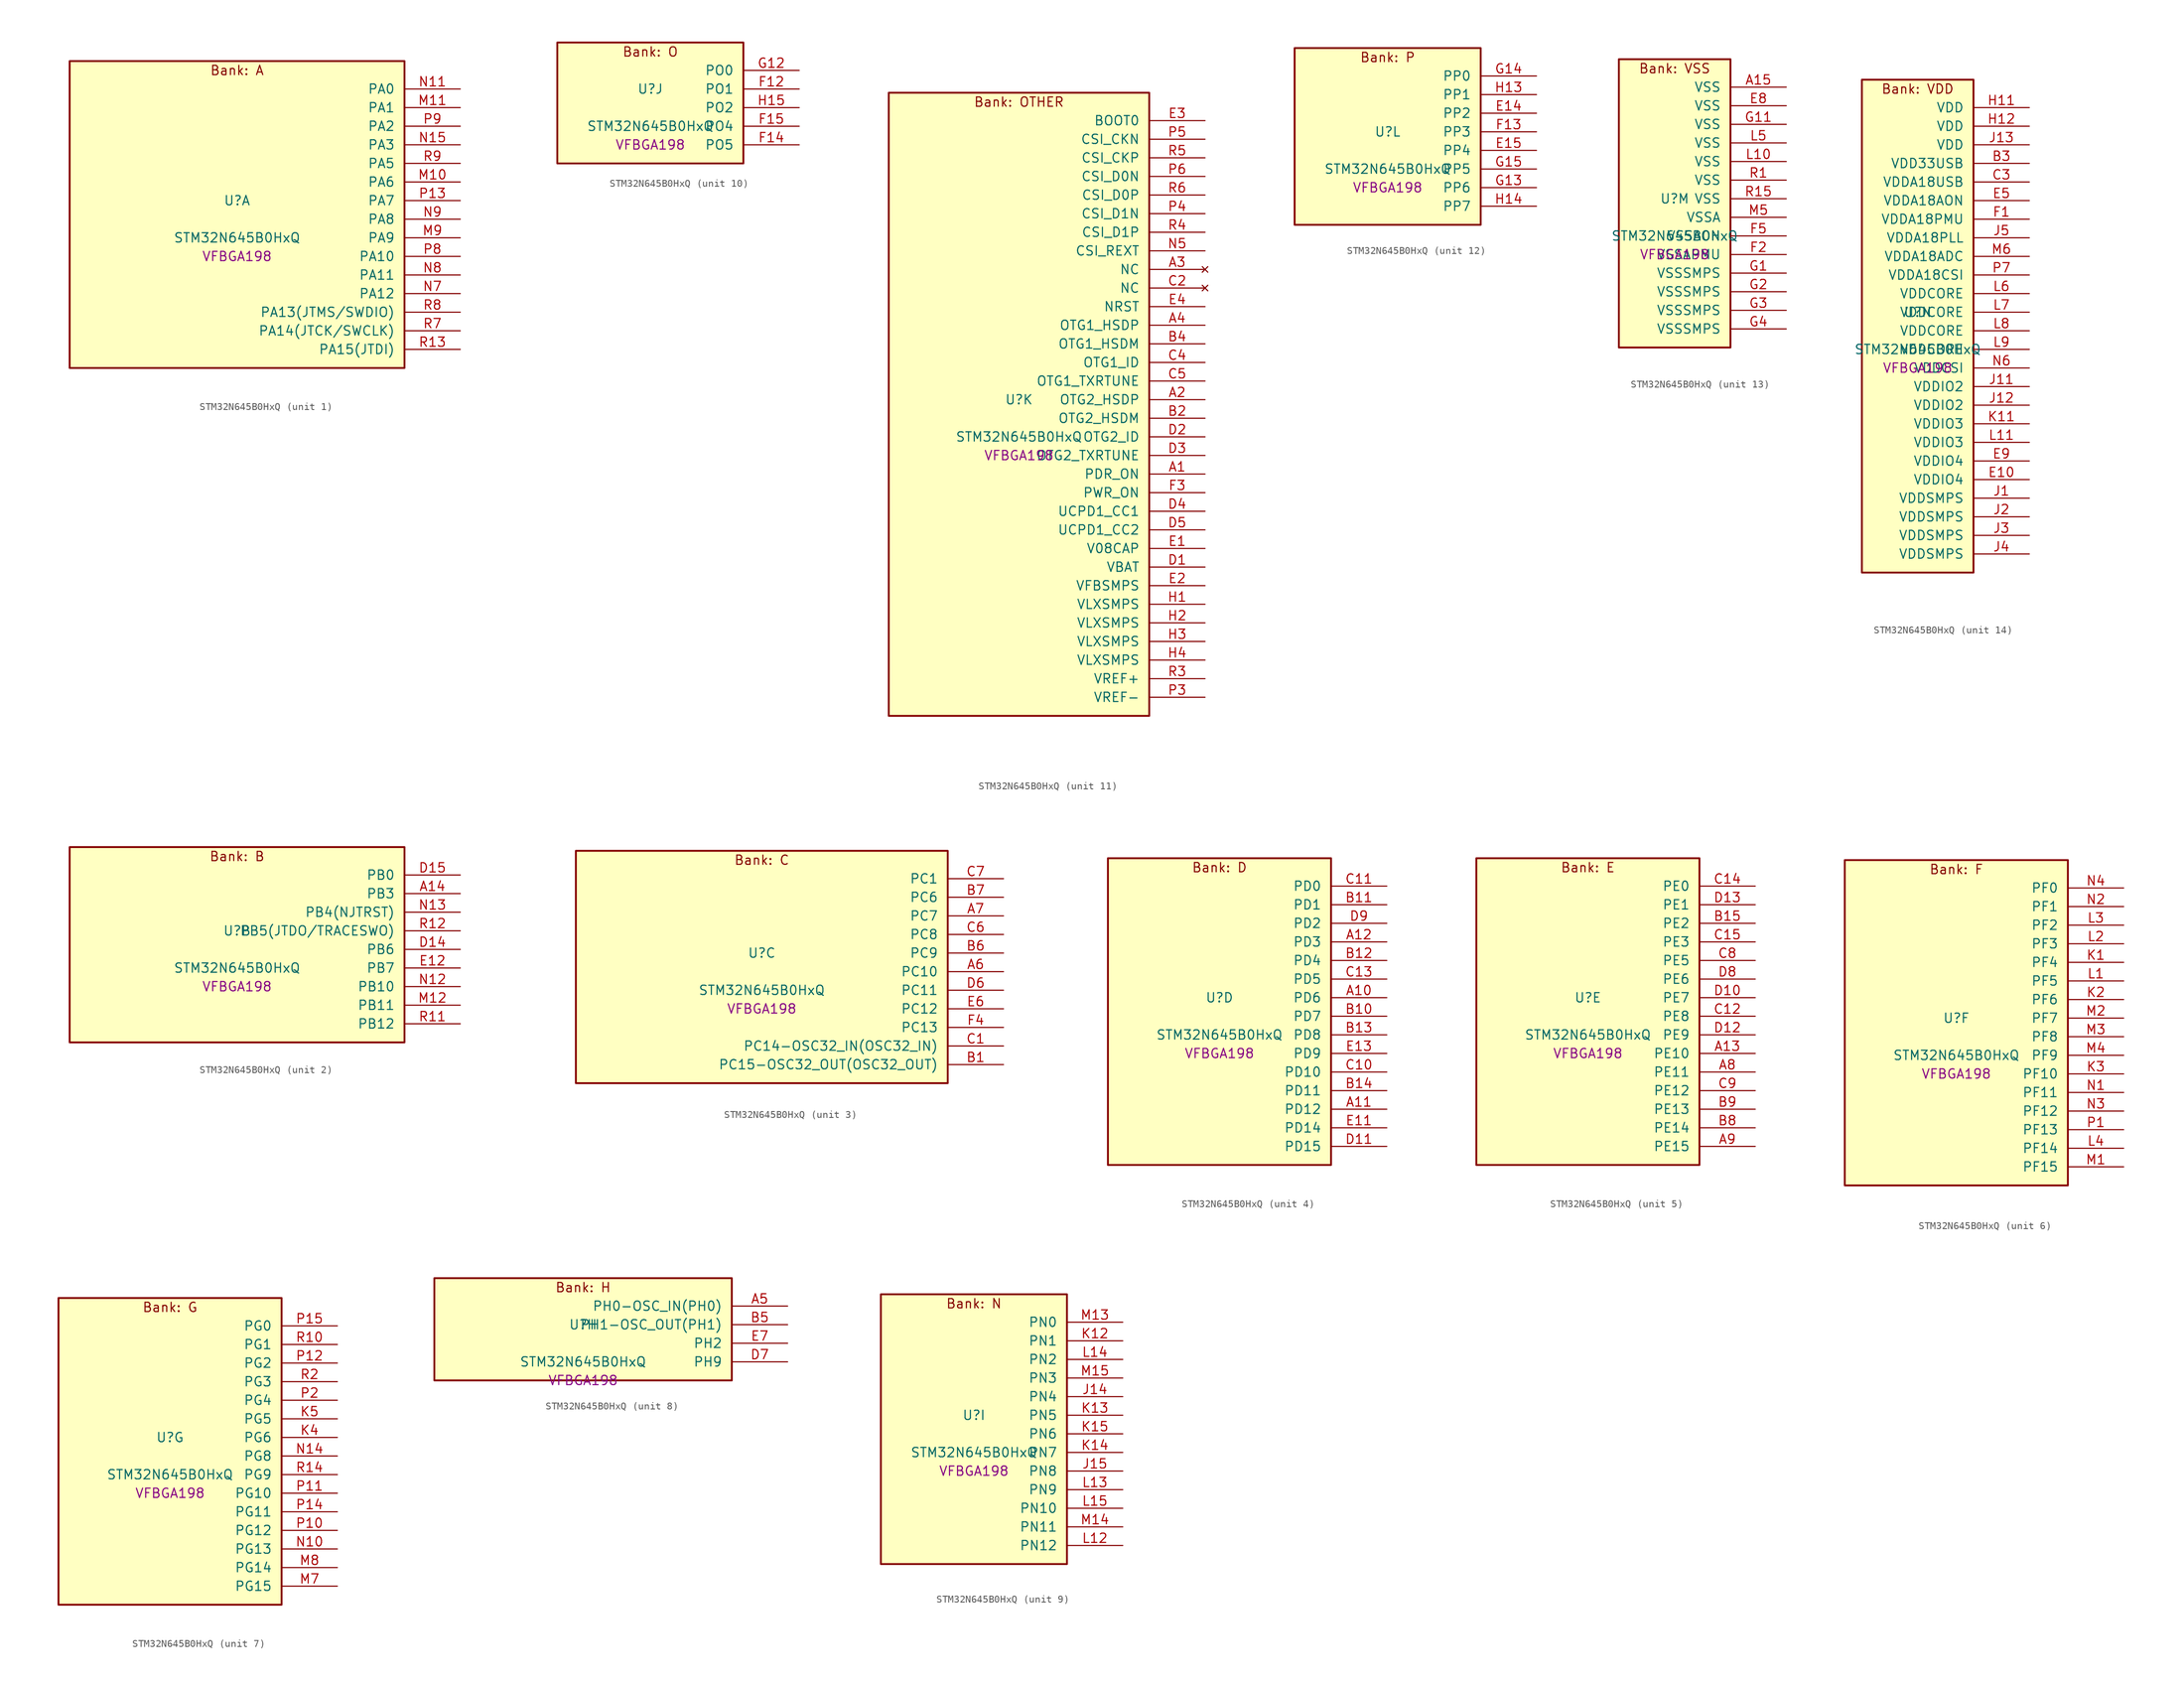
<source format=kicad_sym>
(kicad_symbol_lib
  (version 20241209)
  (generator "stm32_pkl_generator")
  (generator_version "1.0")
  (symbol "STM32N645B0HxQ"
    (pin_names
      (offset 1.27))
    (property "Reference" "U"
      (at 0 2.54 0))
    (property "Value" "STM32N645B0HxQ"
      (at 0 -2.54 0))
    (property "Footprint" "VFBGA198"
      (at 0 -5.08 0))
    (symbol "STM32N645B0HxQ_1_1"
      (rectangle (start -22.86 21.59) (end 22.86 -20.32) (stroke (width 0.254) (type solid)) (fill (type background)))
      (text "Bank: A" (at 0 20.32 0))
      (pin bidirectional line (at 30.48 17.78 180) (length 7.62) (name "PA0") (number "N11") (alternate "PA0/ADC1_INN1" bidirectional line) (alternate "PA0/ADC1_INP0" bidirectional line) (alternate "PA0/ADC2_INN1" bidirectional line) (alternate "PA0/ADC2_INP0" bidirectional line) (alternate "PA0/FMC_D7" bidirectional line) (alternate "PA0/FMC_DA7" bidirectional line) (alternate "PA0/HDP_HDP0" bidirectional line) (alternate "PA0/I2S6_WS" bidirectional line) (alternate "PA0/LTDC_G3" bidirectional line) (alternate "PA0/PWR_WKUP1" bidirectional line) (alternate "PA0/SAI2_SD_B" bidirectional line) (alternate "PA0/SPI6_NSS" bidirectional line) (alternate "PA0/TIM15_BKIN" bidirectional line) (alternate "PA0/TIM2_CH1" bidirectional line) (alternate "PA0/TIM5_CH1" bidirectional line) (alternate "PA0/TIM9_CH1" bidirectional line) (alternate "PA0/UART4_TX" bidirectional line) (alternate "PA0/USART2_CTS" bidirectional line) (alternate "PA0/USART2_NSS" bidirectional line))
      (pin bidirectional line (at 30.48 15.24 180) (length 7.62) (name "PA1") (number "M11") (alternate "PA1/ADC1_INP1" bidirectional line) (alternate "PA1/ADC2_INP1" bidirectional line) (alternate "PA1/DCMIPP_D0" bidirectional line) (alternate "PA1/DCMI_D0" bidirectional line) (alternate "PA1/FMC_D6" bidirectional line) (alternate "PA1/FMC_DA6" bidirectional line) (alternate "PA1/HDP_HDP1" bidirectional line) (alternate "PA1/LPTIM3_IN1" bidirectional line) (alternate "PA1/LTDC_G2" bidirectional line) (alternate "PA1/PSSI_D0" bidirectional line) (alternate "PA1/SAI2_MCLK_B" bidirectional line) (alternate "PA1/TIM15_CH1N" bidirectional line) (alternate "PA1/TIM2_CH2" bidirectional line) (alternate "PA1/TIM5_CH2" bidirectional line) (alternate "PA1/UART4_RX" bidirectional line) (alternate "PA1/USART2_RTS" bidirectional line))
      (pin bidirectional line (at 30.48 12.7 180) (length 7.62) (name "PA2") (number "P9") (alternate "PA2/ADC1_INP14" bidirectional line) (alternate "PA2/ADC2_INP14" bidirectional line) (alternate "PA2/FMC_D5" bidirectional line) (alternate "PA2/FMC_DA5" bidirectional line) (alternate "PA2/HDP_HDP2" bidirectional line) (alternate "PA2/LPTIM3_IN2" bidirectional line) (alternate "PA2/LTDC_B7" bidirectional line) (alternate "PA2/MDIOS_MDIO" bidirectional line) (alternate "PA2/PWR_WKUP2" bidirectional line) (alternate "PA2/SAI2_SCK_B" bidirectional line) (alternate "PA2/TIM15_CH1" bidirectional line) (alternate "PA2/TIM2_CH3" bidirectional line) (alternate "PA2/TIM5_CH3" bidirectional line) (alternate "PA2/USART2_TX" bidirectional line))
      (pin bidirectional line (at 30.48 10.16 180) (length 7.62) (name "PA3") (number "N15") (alternate "PA3/FMC_A17" bidirectional line) (alternate "PA3/FMC_ALE" bidirectional line) (alternate "PA3/SAI1_SD_B" bidirectional line) (alternate "PA3/SPI5_NSS" bidirectional line) (alternate "PA3/TIM16_CH1" bidirectional line) (alternate "PA3/UART7_RX" bidirectional line))
      (pin bidirectional line (at 30.48 7.62 180) (length 7.62) (name "PA5") (number "R9") (alternate "PA5/ADC2_INP18" bidirectional line) (alternate "PA5/DCMIPP_D8" bidirectional line) (alternate "PA5/DCMI_D8" bidirectional line) (alternate "PA5/FMC_NOE" bidirectional line) (alternate "PA5/HDP_HDP5" bidirectional line) (alternate "PA5/I2S1_CK" bidirectional line) (alternate "PA5/I2S6_CK" bidirectional line) (alternate "PA5/I3C1_SCL" bidirectional line) (alternate "PA5/LTDC_CLK" bidirectional line) (alternate "PA5/PSSI_D8" bidirectional line) (alternate "PA5/PWR_CSTOP" bidirectional line) (alternate "PA5/SPI1_SCK" bidirectional line) (alternate "PA5/SPI6_SCK" bidirectional line) (alternate "PA5/TIM10_CH1" bidirectional line) (alternate "PA5/TIM2_CH1" bidirectional line) (alternate "PA5/TIM2_ETR" bidirectional line) (alternate "PA5/TIM9_CH2" bidirectional line))
      (pin bidirectional line (at 30.48 5.08 180) (length 7.62) (name "PA6") (number "M10") (alternate "PA6/ADC1_INP3" bidirectional line) (alternate "PA6/ADC2_INP3" bidirectional line) (alternate "PA6/BOOT1" bidirectional line) (alternate "PA6/DCMIPP_PIXCLK" bidirectional line) (alternate "PA6/DCMI_PIXCLK" bidirectional line) (alternate "PA6/HDP_HDP6" bidirectional line) (alternate "PA6/I2S1_SDI" bidirectional line) (alternate "PA6/I2S6_SDI" bidirectional line) (alternate "PA6/I3C1_SDA" bidirectional line) (alternate "PA6/LPTIM3_ETR" bidirectional line) (alternate "PA6/LTDC_B7" bidirectional line) (alternate "PA6/LTDC_HSYNC" bidirectional line) (alternate "PA6/MDIOS_MDC" bidirectional line) (alternate "PA6/PSSI_PDCK" bidirectional line) (alternate "PA6/SPI1_MISO" bidirectional line) (alternate "PA6/SPI6_MISO" bidirectional line) (alternate "PA6/TIM13_CH1" bidirectional line) (alternate "PA6/TIM1_BKIN" bidirectional line) (alternate "PA6/TIM3_CH1" bidirectional line))
      (pin bidirectional line (at 30.48 2.54 180) (length 7.62) (name "PA7") (number "P13") (alternate "PA7/HDP_HDP7" bidirectional line) (alternate "PA7/I2S1_SDO" bidirectional line) (alternate "PA7/I2S6_SDO" bidirectional line) (alternate "PA7/LTDC_B1" bidirectional line) (alternate "PA7/LTDC_R4" bidirectional line) (alternate "PA7/SPI1_MOSI" bidirectional line) (alternate "PA7/SPI6_MOSI" bidirectional line) (alternate "PA7/TIM14_CH1" bidirectional line) (alternate "PA7/TIM1_CH1N" bidirectional line) (alternate "PA7/TIM3_CH2" bidirectional line) (alternate "PA7/USART1_RX" bidirectional line))
      (pin bidirectional line (at 30.48 0 180) (length 7.62) (name "PA8") (number "N9") (alternate "PA8/ADC1_INP5" bidirectional line) (alternate "PA8/ADC2_INP5" bidirectional line) (alternate "PA8/FMC_D4" bidirectional line) (alternate "PA8/FMC_DA4" bidirectional line) (alternate "PA8/HDP_HDP0" bidirectional line) (alternate "PA8/I2C3_SCL" bidirectional line) (alternate "PA8/I3C2_SCL" bidirectional line) (alternate "PA8/LTDC_B6" bidirectional line) (alternate "PA8/RCC_MCO_1" bidirectional line) (alternate "PA8/TIM11_CH1" bidirectional line) (alternate "PA8/TIM1_CH1" bidirectional line) (alternate "PA8/UART7_RX" bidirectional line) (alternate "PA8/USART1_CK" bidirectional line))
      (pin bidirectional line (at 30.48 -2.54 180) (length 7.62) (name "PA9") (number "M9") (alternate "PA9/ADC1_INP10" bidirectional line) (alternate "PA9/ADC2_INP10" bidirectional line) (alternate "PA9/DCMIPP_D0" bidirectional line) (alternate "PA9/DCMI_D0" bidirectional line) (alternate "PA9/FMC_D3" bidirectional line) (alternate "PA9/FMC_DA3" bidirectional line) (alternate "PA9/HDP_HDP1" bidirectional line) (alternate "PA9/I2C3_SDA" bidirectional line) (alternate "PA9/I2S2_CK" bidirectional line) (alternate "PA9/I3C2_SDA" bidirectional line) (alternate "PA9/LPUART1_TX" bidirectional line) (alternate "PA9/LTDC_B5" bidirectional line) (alternate "PA9/PSSI_D0" bidirectional line) (alternate "PA9/SPI2_SCK" bidirectional line) (alternate "PA9/TIM1_CH2" bidirectional line) (alternate "PA9/USART1_TX" bidirectional line))
      (pin bidirectional line (at 30.48 -5.08 180) (length 7.62) (name "PA10") (number "P8") (alternate "PA10/ADC1_INN10" bidirectional line) (alternate "PA10/ADC1_INP11" bidirectional line) (alternate "PA10/ADC2_INN10" bidirectional line) (alternate "PA10/ADC2_INP11" bidirectional line) (alternate "PA10/DCMIPP_D1" bidirectional line) (alternate "PA10/DCMI_D1" bidirectional line) (alternate "PA10/FMC_D2" bidirectional line) (alternate "PA10/FMC_DA2" bidirectional line) (alternate "PA10/HDP_HDP2" bidirectional line) (alternate "PA10/LPUART1_RX" bidirectional line) (alternate "PA10/LTDC_B4" bidirectional line) (alternate "PA10/MDIOS_MDIO" bidirectional line) (alternate "PA10/PSSI_D1" bidirectional line) (alternate "PA10/PWR_CSLEEP" bidirectional line) (alternate "PA10/TIM1_CH3" bidirectional line) (alternate "PA10/USART1_RX" bidirectional line))
      (pin bidirectional line (at 30.48 -7.62 180) (length 7.62) (name "PA11") (number "N8") (alternate "PA11/ADC1_EXTI11" bidirectional line) (alternate "PA11/ADC1_INN11" bidirectional line) (alternate "PA11/ADC1_INP12" bidirectional line) (alternate "PA11/ADC2_EXTI11" bidirectional line) (alternate "PA11/ADC2_INN11" bidirectional line) (alternate "PA11/ADC2_INP12" bidirectional line) (alternate "PA11/FDCAN1_RX" bidirectional line) (alternate "PA11/FMC_D1" bidirectional line) (alternate "PA11/FMC_DA1" bidirectional line) (alternate "PA11/HDP_HDP3" bidirectional line) (alternate "PA11/I2S2_WS" bidirectional line) (alternate "PA11/LPUART1_CTS" bidirectional line) (alternate "PA11/LTDC_B3" bidirectional line) (alternate "PA11/SPI2_NSS" bidirectional line) (alternate "PA11/TIM1_CH4" bidirectional line) (alternate "PA11/UART4_RX" bidirectional line) (alternate "PA11/USART1_CTS" bidirectional line) (alternate "PA11/USART1_NSS" bidirectional line))
      (pin bidirectional line (at 30.48 -10.16 180) (length 7.62) (name "PA12") (number "N7") (alternate "PA12/ADC1_INN12" bidirectional line) (alternate "PA12/ADC1_INP13" bidirectional line) (alternate "PA12/ADC2_INN12" bidirectional line) (alternate "PA12/ADC2_INP13" bidirectional line) (alternate "PA12/FDCAN1_TX" bidirectional line) (alternate "PA12/FMC_D0" bidirectional line) (alternate "PA12/FMC_DA0" bidirectional line) (alternate "PA12/HDP_HDP4" bidirectional line) (alternate "PA12/I2S2_CK" bidirectional line) (alternate "PA12/LPUART1_RTS" bidirectional line) (alternate "PA12/LTDC_B2" bidirectional line) (alternate "PA12/SAI2_FS_B" bidirectional line) (alternate "PA12/SPI2_SCK" bidirectional line) (alternate "PA12/TIM1_ETR" bidirectional line) (alternate "PA12/UART4_TX" bidirectional line) (alternate "PA12/USART1_RTS" bidirectional line))
      (pin bidirectional line (at 30.48 -12.7 180) (length 7.62) (name "PA13(JTMS/SWDIO)") (number "R8") (alternate "PA13(JTMS/SWDIO)/DEBUG_JTMS-SWDIO" bidirectional line) (alternate "PA13(JTMS/SWDIO)/HDP_HDP5" bidirectional line))
      (pin bidirectional line (at 30.48 -15.24 180) (length 7.62) (name "PA14(JTCK/SWCLK)") (number "R7") (alternate "PA14(JTCK/SWCLK)/DEBUG_JTCK-SWCLK" bidirectional line) (alternate "PA14(JTCK/SWCLK)/HDP_HDP6" bidirectional line))
      (pin bidirectional line (at 30.48 -17.78 180) (length 7.62) (name "PA15(JTDI)") (number "R13") (alternate "PA15(JTDI)/ADC1_EXTI15" bidirectional line) (alternate "PA15(JTDI)/ADC2_EXTI15" bidirectional line) (alternate "PA15(JTDI)/DEBUG_JTDI" bidirectional line) (alternate "PA15(JTDI)/FMC_D15" bidirectional line) (alternate "PA15(JTDI)/FMC_DA15" bidirectional line) (alternate "PA15(JTDI)/HDP_HDP7" bidirectional line) (alternate "PA15(JTDI)/I2S1_WS" bidirectional line) (alternate "PA15(JTDI)/I2S3_WS" bidirectional line) (alternate "PA15(JTDI)/I2S6_WS" bidirectional line) (alternate "PA15(JTDI)/LTDC_R5" bidirectional line) (alternate "PA15(JTDI)/SPI1_NSS" bidirectional line) (alternate "PA15(JTDI)/SPI3_NSS" bidirectional line) (alternate "PA15(JTDI)/SPI6_NSS" bidirectional line) (alternate "PA15(JTDI)/TIM2_CH1" bidirectional line) (alternate "PA15(JTDI)/TIM2_ETR" bidirectional line) (alternate "PA15(JTDI)/UART4_DE" bidirectional line) (alternate "PA15(JTDI)/UART4_RTS" bidirectional line) (alternate "PA15(JTDI)/UART7_TX" bidirectional line)))
    (symbol "STM32N645B0HxQ_2_1"
      (rectangle (start -22.86 13.97) (end 22.86 -12.7) (stroke (width 0.254) (type solid)) (fill (type background)))
      (text "Bank: B" (at 0 12.7 0))
      (pin bidirectional line (at 30.48 10.16 180) (length 7.62) (name "PB0") (number "D15") (alternate "PB0/ADF1_SDI0" bidirectional line) (alternate "PB0/DCMIPP_D4" bidirectional line) (alternate "PB0/DCMI_D4" bidirectional line) (alternate "PB0/DEBUG_TRACED1" bidirectional line) (alternate "PB0/FMC_D13" bidirectional line) (alternate "PB0/FMC_DA13" bidirectional line) (alternate "PB0/MDF1_SDI2" bidirectional line) (alternate "PB0/PSSI_D4" bidirectional line) (alternate "PB0/SAI1_D2" bidirectional line) (alternate "PB0/SAI1_FS_A" bidirectional line) (alternate "PB0/SPI4_NSS" bidirectional line) (alternate "PB0/TIM15_CH1N" bidirectional line) (alternate "PB0/TIM1_CH4" bidirectional line))
      (pin bidirectional line (at 30.48 7.62 180) (length 7.62) (name "PB3") (number "A14") (alternate "PB3/DEBUG_JTDO-SWO" bidirectional line) (alternate "PB3/DEBUG_TRACECLK" bidirectional line) (alternate "PB3/FMC_A23" bidirectional line) (alternate "PB3/FMC_NBL1" bidirectional line) (alternate "PB3/GFXTIM_FCKCAL" bidirectional line) (alternate "PB3/GFXTIM_LCKCAL" bidirectional line) (alternate "PB3/HDP_HDP0" bidirectional line) (alternate "PB3/MDF1_CKI1" bidirectional line) (alternate "PB3/SAI2_FS_B" bidirectional line) (alternate "PB3/TIM1_CH4N" bidirectional line) (alternate "PB3/USART1_CK" bidirectional line))
      (pin bidirectional line (at 30.48 5.08 180) (length 7.62) (name "PB4(NJTRST)") (number "N13") (alternate "PB4(NJTRST)/DCMIPP_VSYNC" bidirectional line) (alternate "PB4(NJTRST)/DCMI_VSYNC" bidirectional line) (alternate "PB4(NJTRST)/DEBUG_NJTRST" bidirectional line) (alternate "PB4(NJTRST)/FMC_D13" bidirectional line) (alternate "PB4(NJTRST)/FMC_DA13" bidirectional line) (alternate "PB4(NJTRST)/HDP_HDP4" bidirectional line) (alternate "PB4(NJTRST)/I2S1_SDI" bidirectional line) (alternate "PB4(NJTRST)/I2S2_WS" bidirectional line) (alternate "PB4(NJTRST)/I2S3_SDI" bidirectional line) (alternate "PB4(NJTRST)/I2S6_SDI" bidirectional line) (alternate "PB4(NJTRST)/LTDC_R3" bidirectional line) (alternate "PB4(NJTRST)/PSSI_RDY" bidirectional line) (alternate "PB4(NJTRST)/SPI1_MISO" bidirectional line) (alternate "PB4(NJTRST)/SPI2_NSS" bidirectional line) (alternate "PB4(NJTRST)/SPI3_MISO" bidirectional line) (alternate "PB4(NJTRST)/SPI6_MISO" bidirectional line) (alternate "PB4(NJTRST)/TIM16_BKIN" bidirectional line) (alternate "PB4(NJTRST)/TIM3_CH1" bidirectional line) (alternate "PB4(NJTRST)/UART7_TX" bidirectional line))
      (pin bidirectional line (at 30.48 2.54 180) (length 7.62) (name "PB5(JTDO/TRACESWO)") (number "R12") (alternate "PB5(JTDO/TRACESWO)/DCMIPP_D10" bidirectional line) (alternate "PB5(JTDO/TRACESWO)/DCMI_D10" bidirectional line) (alternate "PB5(JTDO/TRACESWO)/DEBUG_JTDO-SWO" bidirectional line) (alternate "PB5(JTDO/TRACESWO)/FDCAN2_RX" bidirectional line) (alternate "PB5(JTDO/TRACESWO)/FMC_D12" bidirectional line) (alternate "PB5(JTDO/TRACESWO)/FMC_DA12" bidirectional line) (alternate "PB5(JTDO/TRACESWO)/HDP_HDP5" bidirectional line) (alternate "PB5(JTDO/TRACESWO)/I2C1_SMBA" bidirectional line) (alternate "PB5(JTDO/TRACESWO)/I2S1_SDO" bidirectional line) (alternate "PB5(JTDO/TRACESWO)/I2S3_SDO" bidirectional line) (alternate "PB5(JTDO/TRACESWO)/I2S6_SDO" bidirectional line) (alternate "PB5(JTDO/TRACESWO)/LTDC_R2" bidirectional line) (alternate "PB5(JTDO/TRACESWO)/PSSI_D10" bidirectional line) (alternate "PB5(JTDO/TRACESWO)/SPI1_MOSI" bidirectional line) (alternate "PB5(JTDO/TRACESWO)/SPI3_MOSI" bidirectional line) (alternate "PB5(JTDO/TRACESWO)/SPI6_MOSI" bidirectional line) (alternate "PB5(JTDO/TRACESWO)/TIM17_BKIN" bidirectional line) (alternate "PB5(JTDO/TRACESWO)/TIM3_CH2" bidirectional line) (alternate "PB5(JTDO/TRACESWO)/UART5_RX" bidirectional line))
      (pin bidirectional line (at 30.48 0 180) (length 7.62) (name "PB6") (number "D14") (alternate "PB6/ADF1_CCK1" bidirectional line) (alternate "PB6/DCMIPP_D6" bidirectional line) (alternate "PB6/DCMI_D6" bidirectional line) (alternate "PB6/DEBUG_TRACED2" bidirectional line) (alternate "PB6/FMC_D14" bidirectional line) (alternate "PB6/FMC_DA14" bidirectional line) (alternate "PB6/MDF1_CCK1" bidirectional line) (alternate "PB6/PSSI_D6" bidirectional line) (alternate "PB6/SAI1_CK2" bidirectional line) (alternate "PB6/SAI1_SCK_A" bidirectional line) (alternate "PB6/SPI4_MISO" bidirectional line) (alternate "PB6/TIM15_CH1" bidirectional line))
      (pin bidirectional line (at 30.48 -2.54 180) (length 7.62) (name "PB7") (number "E12") (alternate "PB7/ADF1_SDI0" bidirectional line) (alternate "PB7/DCMIPP_D7" bidirectional line) (alternate "PB7/DCMI_D7" bidirectional line) (alternate "PB7/DEBUG_TRACED3" bidirectional line) (alternate "PB7/FMC_D15" bidirectional line) (alternate "PB7/FMC_DA15" bidirectional line) (alternate "PB7/MDF1_SDI1" bidirectional line) (alternate "PB7/PSSI_D7" bidirectional line) (alternate "PB7/SAI1_D1" bidirectional line) (alternate "PB7/SAI1_SD_A" bidirectional line) (alternate "PB7/SAI2_MCLK_B" bidirectional line) (alternate "PB7/SPI4_MOSI" bidirectional line) (alternate "PB7/TIM15_CH2" bidirectional line) (alternate "PB7/TIM1_BKIN2" bidirectional line))
      (pin bidirectional line (at 30.48 -5.08 180) (length 7.62) (name "PB10") (number "N12") (alternate "PB10/ADC1_INN4" bidirectional line) (alternate "PB10/ADC1_INP8" bidirectional line) (alternate "PB10/ADC2_INN4" bidirectional line) (alternate "PB10/ADC2_INP8" bidirectional line) (alternate "PB10/FMC_D11" bidirectional line) (alternate "PB10/FMC_DA11" bidirectional line) (alternate "PB10/HDP_HDP2" bidirectional line) (alternate "PB10/I2C2_SCL" bidirectional line) (alternate "PB10/I2S2_CK" bidirectional line) (alternate "PB10/I3C2_SCL" bidirectional line) (alternate "PB10/LPTIM2_IN1" bidirectional line) (alternate "PB10/LTDC_G7" bidirectional line) (alternate "PB10/SPI2_SCK" bidirectional line) (alternate "PB10/TIM2_CH3" bidirectional line) (alternate "PB10/USART3_TX" bidirectional line))
      (pin bidirectional line (at 30.48 -7.62 180) (length 7.62) (name "PB11") (number "M12") (alternate "PB11/ADC1_EXTI11" bidirectional line) (alternate "PB11/ADC1_INP4" bidirectional line) (alternate "PB11/ADC2_EXTI11" bidirectional line) (alternate "PB11/ADC2_INP4" bidirectional line) (alternate "PB11/FMC_D10" bidirectional line) (alternate "PB11/FMC_DA10" bidirectional line) (alternate "PB11/HDP_HDP3" bidirectional line) (alternate "PB11/I2C2_SDA" bidirectional line) (alternate "PB11/I3C2_SDA" bidirectional line) (alternate "PB11/LPTIM2_ETR" bidirectional line) (alternate "PB11/LTDC_G6" bidirectional line) (alternate "PB11/TIM2_CH4" bidirectional line) (alternate "PB11/USART3_RX" bidirectional line))
      (pin bidirectional line (at 30.48 -10.16 180) (length 7.62) (name "PB12") (number "R11") (alternate "PB12/FDCAN2_RX" bidirectional line) (alternate "PB12/FMC_D9" bidirectional line) (alternate "PB12/FMC_DA9" bidirectional line) (alternate "PB12/HDP_HDP4" bidirectional line) (alternate "PB12/I2C2_SMBA" bidirectional line) (alternate "PB12/I2S2_WS" bidirectional line) (alternate "PB12/LPTIM2_IN2" bidirectional line) (alternate "PB12/LTDC_G5" bidirectional line) (alternate "PB12/SPI2_NSS" bidirectional line) (alternate "PB12/TIM1_BKIN" bidirectional line) (alternate "PB12/UART5_RX" bidirectional line) (alternate "PB12/USART3_CK" bidirectional line)))
    (symbol "STM32N645B0HxQ_3_1"
      (rectangle (start -25.4 16.51) (end 25.4 -15.24) (stroke (width 0.254) (type solid)) (fill (type background)))
      (text "Bank: C" (at 0 15.24 0))
      (pin bidirectional line (at 33.02 12.7 180) (length 7.62) (name "PC1") (number "C7") (alternate "PC1/DCMIPP_D7" bidirectional line) (alternate "PC1/DCMI_D7" bidirectional line) (alternate "PC1/FDCAN1_TX" bidirectional line) (alternate "PC1/HDP_HDP1" bidirectional line) (alternate "PC1/I2C1_SDA" bidirectional line) (alternate "PC1/I2S2_WS" bidirectional line) (alternate "PC1/I3C1_SDA" bidirectional line) (alternate "PC1/PSSI_D7" bidirectional line) (alternate "PC1/SDMMC1_CDIR" bidirectional line) (alternate "PC1/SDMMC1_D5" bidirectional line) (alternate "PC1/SPI2_NSS" bidirectional line) (alternate "PC1/TIM17_CH1" bidirectional line) (alternate "PC1/TIM4_CH4" bidirectional line) (alternate "PC1/UART4_TX" bidirectional line))
      (pin bidirectional line (at 33.02 10.16 180) (length 7.62) (name "PC6") (number "B7") (alternate "PC6/DCMIPP_D1" bidirectional line) (alternate "PC6/DCMI_D1" bidirectional line) (alternate "PC6/HDP_HDP6" bidirectional line) (alternate "PC6/I2S2_MCK" bidirectional line) (alternate "PC6/PSSI_D1" bidirectional line) (alternate "PC6/SDMMC1_D0DIR" bidirectional line) (alternate "PC6/SDMMC1_D6" bidirectional line) (alternate "PC6/TIM1_CH1" bidirectional line) (alternate "PC6/TIM3_CH1" bidirectional line) (alternate "PC6/TIM9_CH1" bidirectional line) (alternate "PC6/USART6_TX" bidirectional line))
      (pin bidirectional line (at 33.02 7.62 180) (length 7.62) (name "PC7") (number "A7") (alternate "PC7/DCMIPP_D1" bidirectional line) (alternate "PC7/DCMI_D1" bidirectional line) (alternate "PC7/DEBUG_TRGIO" bidirectional line) (alternate "PC7/HDP_HDP7" bidirectional line) (alternate "PC7/I2S3_MCK" bidirectional line) (alternate "PC7/PSSI_D1" bidirectional line) (alternate "PC7/SDMMC1_D123DIR" bidirectional line) (alternate "PC7/SDMMC1_D7" bidirectional line) (alternate "PC7/TIM16_CH1N" bidirectional line) (alternate "PC7/TIM3_CH2" bidirectional line) (alternate "PC7/TIM9_CH2" bidirectional line) (alternate "PC7/USART6_RX" bidirectional line))
      (pin bidirectional line (at 33.02 5.08 180) (length 7.62) (name "PC8") (number "C6") (alternate "PC8/DCMIPP_D2" bidirectional line) (alternate "PC8/DCMI_D2" bidirectional line) (alternate "PC8/DEBUG_TRACED1" bidirectional line) (alternate "PC8/FMC_NE4" bidirectional line) (alternate "PC8/HDP_HDP0" bidirectional line) (alternate "PC8/I2C3_SMBA" bidirectional line) (alternate "PC8/LTDC_B0" bidirectional line) (alternate "PC8/PSSI_D2" bidirectional line) (alternate "PC8/SDMMC1_D0" bidirectional line) (alternate "PC8/TIM3_CH3" bidirectional line) (alternate "PC8/UART5_DE" bidirectional line) (alternate "PC8/UART5_RTS" bidirectional line) (alternate "PC8/UCPD1_FRSTX1" bidirectional line) (alternate "PC8/USART6_CK" bidirectional line))
      (pin bidirectional line (at 33.02 2.54 180) (length 7.62) (name "PC9") (number "B6") (alternate "PC9/AUDIOCLK" bidirectional line) (alternate "PC9/DCMIPP_D3" bidirectional line) (alternate "PC9/DCMI_D3" bidirectional line) (alternate "PC9/HDP_HDP1" bidirectional line) (alternate "PC9/I2C3_SDA" bidirectional line) (alternate "PC9/LTDC_B3" bidirectional line) (alternate "PC9/PSSI_D3" bidirectional line) (alternate "PC9/RCC_MCO_2" bidirectional line) (alternate "PC9/SDMMC1_D1" bidirectional line) (alternate "PC9/TIM3_CH4" bidirectional line) (alternate "PC9/UART5_CTS" bidirectional line) (alternate "PC9/UCPD1_FRSTX2" bidirectional line) (alternate "PC9/USART6_RX" bidirectional line))
      (pin bidirectional line (at 33.02 0 180) (length 7.62) (name "PC10") (number "A6") (alternate "PC10/DCMIPP_D14" bidirectional line) (alternate "PC10/FMC_CLK" bidirectional line) (alternate "PC10/HDP_HDP2" bidirectional line) (alternate "PC10/I2C4_SCL" bidirectional line) (alternate "PC10/I2S3_CK" bidirectional line) (alternate "PC10/I3C2_SCL" bidirectional line) (alternate "PC10/PSSI_D14" bidirectional line) (alternate "PC10/SDMMC1_D2" bidirectional line) (alternate "PC10/SPI3_SCK" bidirectional line) (alternate "PC10/TIM1_BKIN" bidirectional line) (alternate "PC10/UART4_TX" bidirectional line) (alternate "PC10/USART3_TX" bidirectional line))
      (pin bidirectional line (at 33.02 -2.54 180) (length 7.62) (name "PC11") (number "D6") (alternate "PC11/ADC1_EXTI11" bidirectional line) (alternate "PC11/ADC2_EXTI11" bidirectional line) (alternate "PC11/DCMIPP_D4" bidirectional line) (alternate "PC11/DCMI_D4" bidirectional line) (alternate "PC11/HDP_HDP3" bidirectional line) (alternate "PC11/I2C4_SDA" bidirectional line) (alternate "PC11/I2S3_SDI" bidirectional line) (alternate "PC11/I3C2_SDA" bidirectional line) (alternate "PC11/PSSI_D4" bidirectional line) (alternate "PC11/SDMMC1_D3" bidirectional line) (alternate "PC11/SPI3_MISO" bidirectional line) (alternate "PC11/UART4_RX" bidirectional line) (alternate "PC11/USART3_RX" bidirectional line))
      (pin bidirectional line (at 33.02 -5.08 180) (length 7.62) (name "PC12") (number "E6") (alternate "PC12/DCMIPP_D9" bidirectional line) (alternate "PC12/DCMI_D9" bidirectional line) (alternate "PC12/DEBUG_TRACED3" bidirectional line) (alternate "PC12/FMC_NL" bidirectional line) (alternate "PC12/HDP_HDP4" bidirectional line) (alternate "PC12/I2S3_SDO" bidirectional line) (alternate "PC12/I2S6_CK" bidirectional line) (alternate "PC12/PSSI_D9" bidirectional line) (alternate "PC12/SDMMC1_CK" bidirectional line) (alternate "PC12/SPI3_MOSI" bidirectional line) (alternate "PC12/SPI6_SCK" bidirectional line) (alternate "PC12/TIM15_CH1" bidirectional line) (alternate "PC12/TIM1_CH4" bidirectional line) (alternate "PC12/UART5_TX" bidirectional line) (alternate "PC12/USART3_CK" bidirectional line))
      (pin bidirectional line (at 33.02 -7.62 180) (length 7.62) (name "PC13") (number "F4") (alternate "PC13/HDP_HDP5" bidirectional line) (alternate "PC13/PWR_WKUP3" bidirectional line) (alternate "PC13/RTC_OUT1" bidirectional line) (alternate "PC13/RTC_TS" bidirectional line) (alternate "PC13/TAMP_IN1" bidirectional line) (alternate "PC13/TAMP_OUT2" bidirectional line))
      (pin bidirectional line (at 33.02 -10.16 180) (length 7.62) (name "PC14-OSC32_IN(OSC32_IN)") (number "C1") (alternate "PC14-OSC32_IN(OSC32_IN)/RCC_OSC32_IN" bidirectional line))
      (pin bidirectional line (at 33.02 -12.7 180) (length 7.62) (name "PC15-OSC32_OUT(OSC32_OUT)") (number "B1") (alternate "PC15-OSC32_OUT(OSC32_OUT)/ADC1_EXTI15" bidirectional line) (alternate "PC15-OSC32_OUT(OSC32_OUT)/ADC2_EXTI15" bidirectional line) (alternate "PC15-OSC32_OUT(OSC32_OUT)/RCC_OSC32_OUT" bidirectional line)))
    (symbol "STM32N645B0HxQ_4_1"
      (rectangle (start -15.24 21.59) (end 15.24 -20.32) (stroke (width 0.254) (type solid)) (fill (type background)))
      (text "Bank: D" (at 0 20.32 0))
      (pin bidirectional line (at 22.86 17.78 180) (length 7.62) (name "PD0") (number "C11") (alternate "PD0/DCMIPP_HSYNC" bidirectional line) (alternate "PD0/DCMI_HSYNC" bidirectional line) (alternate "PD0/FDCAN1_RX" bidirectional line) (alternate "PD0/FMC_A6" bidirectional line) (alternate "PD0/FMC_A22" bidirectional line) (alternate "PD0/PSSI_DE" bidirectional line) (alternate "PD0/TIM1_ETR" bidirectional line) (alternate "PD0/UART4_RX" bidirectional line) (alternate "PD0/UART9_CTS" bidirectional line))
      (pin bidirectional line (at 22.86 15.24 180) (length 7.62) (name "PD1") (number "B11") (alternate "PD1/ETH1_MDC" bidirectional line) (alternate "PD1/FDCAN1_TX" bidirectional line) (alternate "PD1/FMC_A7" bidirectional line) (alternate "PD1/FMC_A23" bidirectional line) (alternate "PD1/UART4_TX" bidirectional line))
      (pin bidirectional line (at 22.86 12.7 180) (length 7.62) (name "PD2") (number "D9") (alternate "PD2/ADF1_SDI0" bidirectional line) (alternate "PD2/DEBUG_TRACED0" bidirectional line) (alternate "PD2/FMC_A0" bidirectional line) (alternate "PD2/FMC_A16" bidirectional line) (alternate "PD2/FMC_CLE" bidirectional line) (alternate "PD2/HDP_HDP1" bidirectional line) (alternate "PD2/I2S2_SDO" bidirectional line) (alternate "PD2/MDF1_SDI1" bidirectional line) (alternate "PD2/MDIOS_MDC" bidirectional line) (alternate "PD2/PWR_WKUP4" bidirectional line) (alternate "PD2/SAI1_D1" bidirectional line) (alternate "PD2/SAI1_SD_A" bidirectional line) (alternate "PD2/SPI2_MOSI" bidirectional line) (alternate "PD2/TIM15_CH1N" bidirectional line) (alternate "PD2/TIM1_CH3" bidirectional line))
      (pin bidirectional line (at 22.86 10.16 180) (length 7.62) (name "PD3") (number "A12") (alternate "PD3/DCMIPP_D14" bidirectional line) (alternate "PD3/ETH1_PHY_INTN" bidirectional line) (alternate "PD3/FMC_A10" bidirectional line) (alternate "PD3/I2C2_SMBA" bidirectional line) (alternate "PD3/PSSI_D14" bidirectional line) (alternate "PD3/USART6_CTS" bidirectional line))
      (pin bidirectional line (at 22.86 7.62 180) (length 7.62) (name "PD4") (number "B12") (alternate "PD4/DCMIPP_D9" bidirectional line) (alternate "PD4/DCMI_D9" bidirectional line) (alternate "PD4/FMC_A11" bidirectional line) (alternate "PD4/I2C2_SDA" bidirectional line) (alternate "PD4/PSSI_D9" bidirectional line) (alternate "PD4/SPI5_MISO" bidirectional line) (alternate "PD4/TAMP_IN7" bidirectional line) (alternate "PD4/TAMP_OUT8" bidirectional line) (alternate "PD4/TIM1_BKIN2" bidirectional line) (alternate "PD4/USART6_RTS" bidirectional line))
      (pin bidirectional line (at 22.86 5.08 180) (length 7.62) (name "PD5") (number "C13") (alternate "PD5/DCMIPP_PIXCLK" bidirectional line) (alternate "PD5/DCMI_PIXCLK" bidirectional line) (alternate "PD5/FMC_D6" bidirectional line) (alternate "PD5/FMC_DA6" bidirectional line) (alternate "PD5/PSSI_PDCK" bidirectional line) (alternate "PD5/TIM1_CH4N" bidirectional line) (alternate "PD5/USART2_TX" bidirectional line))
      (pin bidirectional line (at 22.86 2.54 180) (length 7.62) (name "PD6") (number "A10") (alternate "PD6/FMC_A1" bidirectional line) (alternate "PD6/FMC_A17" bidirectional line) (alternate "PD6/FMC_ALE" bidirectional line) (alternate "PD6/HDP_HDP2" bidirectional line) (alternate "PD6/I2S2_SDI" bidirectional line) (alternate "PD6/SPI2_MISO" bidirectional line) (alternate "PD6/TIM15_CH2" bidirectional line) (alternate "PD6/TIM1_CH1" bidirectional line))
      (pin bidirectional line (at 22.86 0 180) (length 7.62) (name "PD7") (number "B10") (alternate "PD7/DCMIPP_D0" bidirectional line) (alternate "PD7/DCMI_D0" bidirectional line) (alternate "PD7/FMC_A2" bidirectional line) (alternate "PD7/FMC_A18" bidirectional line) (alternate "PD7/HDP_HDP3" bidirectional line) (alternate "PD7/I2S2_SDO" bidirectional line) (alternate "PD7/I2S3_WS" bidirectional line) (alternate "PD7/PSSI_D0" bidirectional line) (alternate "PD7/SPI2_MOSI" bidirectional line) (alternate "PD7/SPI3_NSS" bidirectional line) (alternate "PD7/TIM15_CH1N" bidirectional line) (alternate "PD7/TIM1_CH2" bidirectional line))
      (pin bidirectional line (at 22.86 -2.54 180) (length 7.62) (name "PD8") (number "B13") (alternate "PD8/DCMIPP_D11" bidirectional line) (alternate "PD8/DCMI_D11" bidirectional line) (alternate "PD8/FMC_NBL0" bidirectional line) (alternate "PD8/LTDC_R7" bidirectional line) (alternate "PD8/PSSI_D11" bidirectional line) (alternate "PD8/TAMP_IN3" bidirectional line) (alternate "PD8/TAMP_OUT4" bidirectional line) (alternate "PD8/USART3_TX" bidirectional line))
      (pin bidirectional line (at 22.86 -5.08 180) (length 7.62) (name "PD9") (number "E13") (alternate "PD9/DCMIPP_D11" bidirectional line) (alternate "PD9/DCMI_D11" bidirectional line) (alternate "PD9/FMC_SDCLK" bidirectional line) (alternate "PD9/LTDC_R1" bidirectional line) (alternate "PD9/PSSI_D11" bidirectional line) (alternate "PD9/TAMP_IN5" bidirectional line) (alternate "PD9/TAMP_OUT6" bidirectional line) (alternate "PD9/USART3_RX" bidirectional line))
      (pin bidirectional line (at 22.86 -7.62 180) (length 7.62) (name "PD10") (number "C10") (alternate "PD10/DEBUG_TRACECLK" bidirectional line) (alternate "PD10/FMC_A3" bidirectional line) (alternate "PD10/FMC_A19" bidirectional line) (alternate "PD10/GFXTIM_TE" bidirectional line) (alternate "PD10/HDP_HDP4" bidirectional line) (alternate "PD10/I2S1_MCK" bidirectional line) (alternate "PD10/MDF1_CKI3" bidirectional line) (alternate "PD10/SAI2_FS_B" bidirectional line) (alternate "PD10/TIM1_ETR" bidirectional line) (alternate "PD10/UCPD1_FRSTX1" bidirectional line))
      (pin bidirectional line (at 22.86 -10.16 180) (length 7.62) (name "PD11") (number "B14") (alternate "PD11/ADC1_EXTI11" bidirectional line) (alternate "PD11/ADC2_EXTI11" bidirectional line) (alternate "PD11/DCMIPP_D15" bidirectional line) (alternate "PD11/FMC_D8" bidirectional line) (alternate "PD11/FMC_DA8" bidirectional line) (alternate "PD11/I2C4_SDA" bidirectional line) (alternate "PD11/I2S2_SDI" bidirectional line) (alternate "PD11/PSSI_D15" bidirectional line) (alternate "PD11/SDMMC1_D0" bidirectional line) (alternate "PD11/SPI2_MISO" bidirectional line) (alternate "PD11/UCPD1_FRSTX1" bidirectional line))
      (pin bidirectional line (at 22.86 -12.7 180) (length 7.62) (name "PD12") (number "A11") (alternate "PD12/DCMIPP_D12" bidirectional line) (alternate "PD12/DCMI_D12" bidirectional line) (alternate "PD12/ETH1_MDIO" bidirectional line) (alternate "PD12/FMC_A5" bidirectional line) (alternate "PD12/FMC_A21" bidirectional line) (alternate "PD12/HDP_HDP5" bidirectional line) (alternate "PD12/MDF1_SDI3" bidirectional line) (alternate "PD12/PSSI_D12" bidirectional line) (alternate "PD12/SAI1_D3" bidirectional line) (alternate "PD12/UCPD1_FRSTX2" bidirectional line))
      (pin bidirectional line (at 22.86 -15.24 180) (length 7.62) (name "PD14") (number "E11") (alternate "PD14/FMC_A9" bidirectional line) (alternate "PD14/I2C2_SCL" bidirectional line))
      (pin bidirectional line (at 22.86 -17.78 180) (length 7.62) (name "PD15") (number "D11") (alternate "PD15/ADC1_EXTI15" bidirectional line) (alternate "PD15/ADC2_EXTI15" bidirectional line) (alternate "PD15/FMC_A8" bidirectional line) (alternate "PD15/I2C2_SDA" bidirectional line) (alternate "PD15/LTDC_R2" bidirectional line)))
    (symbol "STM32N645B0HxQ_5_1"
      (rectangle (start -15.24 21.59) (end 15.24 -20.32) (stroke (width 0.254) (type solid)) (fill (type background)))
      (text "Bank: E" (at 0 20.32 0))
      (pin bidirectional line (at 22.86 17.78 180) (length 7.62) (name "PE0") (number "C14") (alternate "PE0/DCMIPP_D2" bidirectional line) (alternate "PE0/DCMI_D2" bidirectional line) (alternate "PE0/FMC_D9" bidirectional line) (alternate "PE0/FMC_DA9" bidirectional line) (alternate "PE0/LPTIM1_ETR" bidirectional line) (alternate "PE0/LPTIM2_ETR" bidirectional line) (alternate "PE0/PSSI_D2" bidirectional line) (alternate "PE0/SAI2_MCLK_A" bidirectional line) (alternate "PE0/TAMP_IN6" bidirectional line) (alternate "PE0/TAMP_OUT5" bidirectional line) (alternate "PE0/TIM4_ETR" bidirectional line) (alternate "PE0/UART8_RX" bidirectional line) (alternate "PE0/USART3_RX" bidirectional line))
      (pin bidirectional line (at 22.86 15.24 180) (length 7.62) (name "PE1") (number "D13") (alternate "PE1/DCMIPP_D8" bidirectional line) (alternate "PE1/DCMI_D8" bidirectional line) (alternate "PE1/FMC_D10" bidirectional line) (alternate "PE1/FMC_DA10" bidirectional line) (alternate "PE1/LPTIM1_IN2" bidirectional line) (alternate "PE1/LPTIM2_CH2" bidirectional line) (alternate "PE1/PSSI_D8" bidirectional line) (alternate "PE1/UART8_TX" bidirectional line) (alternate "PE1/USART3_TX" bidirectional line))
      (pin bidirectional line (at 22.86 12.7 180) (length 7.62) (name "PE2") (number "B15") (alternate "PE2/ADF1_CCK0" bidirectional line) (alternate "PE2/DEBUG_TRACECLK" bidirectional line) (alternate "PE2/FMC_D11" bidirectional line) (alternate "PE2/FMC_DA11" bidirectional line) (alternate "PE2/LPTIM5_IN1" bidirectional line) (alternate "PE2/MDF1_CCK0" bidirectional line) (alternate "PE2/SAI1_CK1" bidirectional line) (alternate "PE2/SAI1_MCLK_A" bidirectional line) (alternate "PE2/SPI4_SCK" bidirectional line) (alternate "PE2/TIM1_CH2N" bidirectional line) (alternate "PE2/UCPD1_FRSTX1" bidirectional line))
      (pin bidirectional line (at 22.86 10.16 180) (length 7.62) (name "PE3") (number "C15") (alternate "PE3/DEBUG_TRACED0" bidirectional line) (alternate "PE3/FMC_D12" bidirectional line) (alternate "PE3/FMC_DA12" bidirectional line) (alternate "PE3/LPTIM5_ETR" bidirectional line) (alternate "PE3/MDF1_CKI2" bidirectional line) (alternate "PE3/SAI1_SD_B" bidirectional line) (alternate "PE3/TIM15_BKIN" bidirectional line))
      (pin bidirectional line (at 22.86 7.62 180) (length 7.62) (name "PE5") (number "C8") (alternate "PE5/DCMIPP_D5" bidirectional line) (alternate "PE5/DCMI_D5" bidirectional line) (alternate "PE5/FDCAN2_TX" bidirectional line) (alternate "PE5/FMC_SDNE1" bidirectional line) (alternate "PE5/HDP_HDP6" bidirectional line) (alternate "PE5/I2C1_SCL" bidirectional line) (alternate "PE5/I3C1_SCL" bidirectional line) (alternate "PE5/LPUART1_TX" bidirectional line) (alternate "PE5/PSSI_D5" bidirectional line) (alternate "PE5/TIM16_CH1N" bidirectional line) (alternate "PE5/TIM4_CH1" bidirectional line) (alternate "PE5/UART5_TX" bidirectional line) (alternate "PE5/USART1_TX" bidirectional line))
      (pin bidirectional line (at 22.86 5.08 180) (length 7.62) (name "PE6") (number "D8") (alternate "PE6/DCMIPP_D1" bidirectional line) (alternate "PE6/DCMIPP_VSYNC" bidirectional line) (alternate "PE6/DCMI_D1" bidirectional line) (alternate "PE6/DCMI_VSYNC" bidirectional line) (alternate "PE6/FMC_SDCKE1" bidirectional line) (alternate "PE6/HDP_HDP7" bidirectional line) (alternate "PE6/I2C1_SDA" bidirectional line) (alternate "PE6/I3C1_SDA" bidirectional line) (alternate "PE6/LPUART1_RX" bidirectional line) (alternate "PE6/PSSI_D1" bidirectional line) (alternate "PE6/PSSI_RDY" bidirectional line) (alternate "PE6/TIM17_CH1N" bidirectional line) (alternate "PE6/TIM4_CH2" bidirectional line) (alternate "PE6/UART5_TX" bidirectional line) (alternate "PE6/USART1_RX" bidirectional line))
      (pin bidirectional line (at 22.86 2.54 180) (length 7.62) (name "PE7") (number "D10") (alternate "PE7/FMC_A4" bidirectional line) (alternate "PE7/FMC_A20" bidirectional line) (alternate "PE7/MDF1_CKI0" bidirectional line) (alternate "PE7/SAI2_SD_B" bidirectional line) (alternate "PE7/TIM1_ETR" bidirectional line) (alternate "PE7/UART7_RX" bidirectional line))
      (pin bidirectional line (at 22.86 0 180) (length 7.62) (name "PE8") (number "C12") (alternate "PE8/DCMIPP_D4" bidirectional line) (alternate "PE8/DCMI_D4" bidirectional line) (alternate "PE8/FMC_A12" bidirectional line) (alternate "PE8/MDF1_SDI0" bidirectional line) (alternate "PE8/PSSI_D4" bidirectional line) (alternate "PE8/TIM1_CH1N" bidirectional line) (alternate "PE8/UART7_TX" bidirectional line) (alternate "PE8/USART3_TX" bidirectional line))
      (pin bidirectional line (at 22.86 -2.54 180) (length 7.62) (name "PE9") (number "D12") (alternate "PE9/FMC_A14" bidirectional line) (alternate "PE9/FMC_BA0" bidirectional line) (alternate "PE9/MDF1_CKI4" bidirectional line) (alternate "PE9/TIM1_CH1" bidirectional line) (alternate "PE9/UART7_RTS" bidirectional line))
      (pin bidirectional line (at 22.86 -5.08 180) (length 7.62) (name "PE10") (number "A13") (alternate "PE10/DCMIPP_D3" bidirectional line) (alternate "PE10/DCMI_D3" bidirectional line) (alternate "PE10/DEBUG_TRACECLK" bidirectional line) (alternate "PE10/FMC_A15" bidirectional line) (alternate "PE10/FMC_BA1" bidirectional line) (alternate "PE10/MDF1_SDI4" bidirectional line) (alternate "PE10/PSSI_D3" bidirectional line) (alternate "PE10/TIM1_CH2N" bidirectional line) (alternate "PE10/UART7_CTS" bidirectional line) (alternate "PE10/USART3_RX" bidirectional line))
      (pin bidirectional line (at 22.86 -7.62 180) (length 7.62) (name "PE11") (number "A8") (alternate "PE11/ADC1_EXTI11" bidirectional line) (alternate "PE11/ADC2_EXTI11" bidirectional line) (alternate "PE11/FDCAN3_TX" bidirectional line) (alternate "PE11/FMC_SDNWE" bidirectional line) (alternate "PE11/LTDC_VSYNC" bidirectional line) (alternate "PE11/MDF1_CKI5" bidirectional line) (alternate "PE11/SAI2_SD_B" bidirectional line) (alternate "PE11/SPI4_NSS" bidirectional line) (alternate "PE11/TIM1_CH2" bidirectional line))
      (pin bidirectional line (at 22.86 -10.16 180) (length 7.62) (name "PE12") (number "C9") (alternate "PE12/FDCAN3_RX" bidirectional line) (alternate "PE12/FMC_SDNRAS" bidirectional line) (alternate "PE12/MDF1_SDI5" bidirectional line) (alternate "PE12/SAI2_SCK_B" bidirectional line) (alternate "PE12/SPI4_SCK" bidirectional line) (alternate "PE12/TIM1_CH3N" bidirectional line))
      (pin bidirectional line (at 22.86 -12.7 180) (length 7.62) (name "PE13") (number "B9") (alternate "PE13/ADF1_CCK0" bidirectional line) (alternate "PE13/FMC_SDNCAS" bidirectional line) (alternate "PE13/I2C4_SCL" bidirectional line) (alternate "PE13/SAI2_FS_B" bidirectional line) (alternate "PE13/SPI4_MISO" bidirectional line) (alternate "PE13/TIM1_CH3" bidirectional line))
      (pin bidirectional line (at 22.86 -15.24 180) (length 7.62) (name "PE14") (number "B8") (alternate "PE14/ADF1_CCK1" bidirectional line) (alternate "PE14/FMC_NWE" bidirectional line) (alternate "PE14/FMC_SDNE0" bidirectional line) (alternate "PE14/GFXTIM_FCKCAL" bidirectional line) (alternate "PE14/GFXTIM_LCKCAL" bidirectional line) (alternate "PE14/I2C4_SDA" bidirectional line) (alternate "PE14/SAI2_MCLK_B" bidirectional line) (alternate "PE14/SPI4_MOSI" bidirectional line) (alternate "PE14/TIM1_CH4" bidirectional line))
      (pin bidirectional line (at 22.86 -17.78 180) (length 7.62) (name "PE15") (number "A9") (alternate "PE15/ADC1_EXTI15" bidirectional line) (alternate "PE15/ADC2_EXTI15" bidirectional line) (alternate "PE15/FMC_SDCKE0" bidirectional line) (alternate "PE15/GFXTIM_FCKCAL" bidirectional line) (alternate "PE15/GFXTIM_LCKCAL" bidirectional line) (alternate "PE15/I2C4_SMBA" bidirectional line) (alternate "PE15/SDMMC1_D0" bidirectional line) (alternate "PE15/SPI5_SCK" bidirectional line) (alternate "PE15/TIM1_BKIN" bidirectional line) (alternate "PE15/USART2_CK" bidirectional line)))
    (symbol "STM32N645B0HxQ_6_1"
      (rectangle (start -15.24 24.13) (end 15.24 -20.32) (stroke (width 0.254) (type solid)) (fill (type background)))
      (text "Bank: F" (at 0 22.86 0))
      (pin bidirectional line (at 22.86 20.32 180) (length 7.62) (name "PF0") (number "N4") (alternate "PF0/DCMIPP_D9" bidirectional line) (alternate "PF0/DCMI_D9" bidirectional line) (alternate "PF0/ETH1_MII_TX_CLK" bidirectional line) (alternate "PF0/ETH1_RGMII_GTX_CLK" bidirectional line) (alternate "PF0/LPTIM5_OUT" bidirectional line) (alternate "PF0/PSSI_D9" bidirectional line) (alternate "PF0/TIM4_CH4" bidirectional line) (alternate "PF0/UART8_RTS" bidirectional line) (alternate "PF0/UART9_TX" bidirectional line) (alternate "PF0/UCPD1_FRSTX2" bidirectional line))
      (pin bidirectional line (at 22.86 17.78 180) (length 7.62) (name "PF1") (number "N2") (alternate "PF1/DCMIPP_D7" bidirectional line) (alternate "PF1/DCMI_D7" bidirectional line) (alternate "PF1/ETH1_TX_ER" bidirectional line) (alternate "PF1/LPTIM1_CH2" bidirectional line) (alternate "PF1/LPTIM2_CH1" bidirectional line) (alternate "PF1/PSSI_D7" bidirectional line) (alternate "PF1/TIM4_CH3" bidirectional line) (alternate "PF1/UART8_CTS" bidirectional line) (alternate "PF1/UART9_RX" bidirectional line) (alternate "PF1/UCPD1_FRSTX1" bidirectional line))
      (pin bidirectional line (at 22.86 15.24 180) (length 7.62) (name "PF2") (number "L3") (alternate "PF2/ETH1_RGMII_CLK125" bidirectional line) (alternate "PF2/FDCAN3_TX" bidirectional line) (alternate "PF2/FMC_NWAIT" bidirectional line) (alternate "PF2/I2S2_CK" bidirectional line) (alternate "PF2/LTDC_B1" bidirectional line) (alternate "PF2/SPI2_SCK" bidirectional line) (alternate "PF2/TIM1_CH3N" bidirectional line) (alternate "PF2/USART2_CTS" bidirectional line) (alternate "PF2/USART2_NSS" bidirectional line))
      (pin bidirectional line (at 22.86 12.7 180) (length 7.62) (name "PF3") (number "L2") (alternate "PF3/ADC1_INP16" bidirectional line) (alternate "PF3/DCMIPP_HSYNC" bidirectional line) (alternate "PF3/DCMI_HSYNC" bidirectional line) (alternate "PF3/ETH1_PPS_OUT" bidirectional line) (alternate "PF3/FDCAN3_RX" bidirectional line) (alternate "PF3/FMC_NL" bidirectional line) (alternate "PF3/LTDC_R4" bidirectional line) (alternate "PF3/PSSI_DE" bidirectional line) (alternate "PF3/USART2_RTS" bidirectional line))
      (pin bidirectional line (at 22.86 10.16 180) (length 7.62) (name "PF4") (number "K1") (alternate "PF4/ADC1_INP18" bidirectional line) (alternate "PF4/DCMIPP_HSYNC" bidirectional line) (alternate "PF4/DCMI_HSYNC" bidirectional line) (alternate "PF4/ETH1_MDIO" bidirectional line) (alternate "PF4/HDP_HDP4" bidirectional line) (alternate "PF4/I2S1_WS" bidirectional line) (alternate "PF4/I2S3_WS" bidirectional line) (alternate "PF4/I2S6_WS" bidirectional line) (alternate "PF4/LPTIM3_CH2" bidirectional line) (alternate "PF4/LTDC_R3" bidirectional line) (alternate "PF4/PSSI_DE" bidirectional line) (alternate "PF4/SPI1_NSS" bidirectional line) (alternate "PF4/SPI3_NSS" bidirectional line) (alternate "PF4/SPI6_NSS" bidirectional line) (alternate "PF4/TIM5_ETR" bidirectional line) (alternate "PF4/USART2_CK" bidirectional line))
      (pin bidirectional line (at 22.86 7.62 180) (length 7.62) (name "PF5") (number "L1") (alternate "PF5/DCMIPP_D6" bidirectional line) (alternate "PF5/DCMI_D6" bidirectional line) (alternate "PF5/ETH1_CLK" bidirectional line) (alternate "PF5/FMC_NE3" bidirectional line) (alternate "PF5/LPTIM2_IN2" bidirectional line) (alternate "PF5/LTDC_G0" bidirectional line) (alternate "PF5/PSSI_D6" bidirectional line) (alternate "PF5/SAI2_SD_A" bidirectional line) (alternate "PF5/TIM1_ETR" bidirectional line) (alternate "PF5/USART3_CTS" bidirectional line) (alternate "PF5/USART3_NSS" bidirectional line))
      (pin bidirectional line (at 22.86 5.08 180) (length 7.62) (name "PF6") (number "K2") (alternate "PF6/ADC1_INP15" bidirectional line) (alternate "PF6/ADC2_INP15" bidirectional line) (alternate "PF6/ETH1_MII_COL" bidirectional line) (alternate "PF6/GFXTIM_FCKCAL" bidirectional line) (alternate "PF6/GFXTIM_LCKCAL" bidirectional line) (alternate "PF6/HDP_HDP3" bidirectional line) (alternate "PF6/I2S6_MCK" bidirectional line) (alternate "PF6/LPTIM3_CH1" bidirectional line) (alternate "PF6/LTDC_DE" bidirectional line) (alternate "PF6/SPI1_RDY" bidirectional line) (alternate "PF6/SPI4_RDY" bidirectional line) (alternate "PF6/SPI5_RDY" bidirectional line) (alternate "PF6/TIM15_CH2" bidirectional line) (alternate "PF6/TIM1_CH3" bidirectional line) (alternate "PF6/TIM2_CH4" bidirectional line) (alternate "PF6/TIM5_CH4" bidirectional line) (alternate "PF6/USART2_RX" bidirectional line))
      (pin bidirectional line (at 22.86 2.54 180) (length 7.62) (name "PF7") (number "M2") (alternate "PF7/ADC1_INN5" bidirectional line) (alternate "PF7/ADC1_INP9" bidirectional line) (alternate "PF7/ADC2_INN5" bidirectional line) (alternate "PF7/ADC2_INP9" bidirectional line) (alternate "PF7/ETH1_MII_RX_CLK" bidirectional line) (alternate "PF7/ETH1_RGMII_RX_CLK" bidirectional line) (alternate "PF7/ETH1_RMII_REF_CLK" bidirectional line) (alternate "PF7/GFXTIM_TE" bidirectional line) (alternate "PF7/HDP_HDP0" bidirectional line) (alternate "PF7/I2S1_CK" bidirectional line) (alternate "PF7/LTDC_VSYNC" bidirectional line) (alternate "PF7/SPI1_SCK" bidirectional line) (alternate "PF7/TIM1_CH2N" bidirectional line) (alternate "PF7/TIM3_CH3" bidirectional line) (alternate "PF7/TIM9_CH1" bidirectional line) (alternate "PF7/UART4_CTS" bidirectional line))
      (pin bidirectional line (at 22.86 0 180) (length 7.62) (name "PF8") (number "M3") (alternate "PF8/DEBUG_TRACECLK" bidirectional line) (alternate "PF8/ETH1_MII_RXD2" bidirectional line) (alternate "PF8/ETH1_RGMII_RXD2" bidirectional line) (alternate "PF8/FMC_NWE" bidirectional line) (alternate "PF8/LTDC_R6" bidirectional line) (alternate "PF8/UART9_TX" bidirectional line))
      (pin bidirectional line (at 22.86 -2.54 180) (length 7.62) (name "PF9") (number "M4") (alternate "PF9/DEBUG_TRACED0" bidirectional line) (alternate "PF9/ETH1_MII_RXD3" bidirectional line) (alternate "PF9/ETH1_RGMII_RXD3" bidirectional line) (alternate "PF9/LTDC_HSYNC" bidirectional line))
      (pin bidirectional line (at 22.86 -5.08 180) (length 7.62) (name "PF10") (number "K3") (alternate "PF10/DCMIPP_D11" bidirectional line) (alternate "PF10/DCMIPP_D15" bidirectional line) (alternate "PF10/DCMI_D11" bidirectional line) (alternate "PF10/ETH1_MII_RX_DV" bidirectional line) (alternate "PF10/ETH1_RGMII_RX_CTL" bidirectional line) (alternate "PF10/ETH1_RMII_CRS_DV" bidirectional line) (alternate "PF10/LTDC_R1" bidirectional line) (alternate "PF10/MDF1_SDI3" bidirectional line) (alternate "PF10/PSSI_D11" bidirectional line) (alternate "PF10/PSSI_D15" bidirectional line) (alternate "PF10/SAI1_D3" bidirectional line) (alternate "PF10/TIM16_BKIN" bidirectional line) (alternate "PF10/UART7_RX" bidirectional line) (alternate "PF10/UCPD1_FRSTX1" bidirectional line))
      (pin bidirectional line (at 22.86 -7.62 180) (length 7.62) (name "PF11") (number "N1") (alternate "PF11/ADC1_EXTI11" bidirectional line) (alternate "PF11/ADC1_INP2" bidirectional line) (alternate "PF11/ADC2_EXTI11" bidirectional line) (alternate "PF11/DCMIPP_D15" bidirectional line) (alternate "PF11/ETH1_MII_TX_EN" bidirectional line) (alternate "PF11/ETH1_RGMII_TX_CTL" bidirectional line) (alternate "PF11/ETH1_RMII_TX_EN" bidirectional line) (alternate "PF11/LTDC_B0" bidirectional line) (alternate "PF11/PSSI_D15" bidirectional line) (alternate "PF11/SAI2_SD_B" bidirectional line) (alternate "PF11/SPI5_MOSI" bidirectional line))
      (pin bidirectional line (at 22.86 -10.16 180) (length 7.62) (name "PF12") (number "N3") (alternate "PF12/ADC1_INN2" bidirectional line) (alternate "PF12/ADC1_INP6" bidirectional line) (alternate "PF12/DCMIPP_D13" bidirectional line) (alternate "PF12/DCMI_D13" bidirectional line) (alternate "PF12/ETH1_MII_TXD0" bidirectional line) (alternate "PF12/ETH1_RGMII_TXD0" bidirectional line) (alternate "PF12/ETH1_RMII_TXD0" bidirectional line) (alternate "PF12/PSSI_D13" bidirectional line) (alternate "PF12/SPI5_MISO" bidirectional line) (alternate "PF12/USART1_RX" bidirectional line))
      (pin bidirectional line (at 22.86 -12.7 180) (length 7.62) (name "PF13") (number "P1") (alternate "PF13/ADC2_INP2" bidirectional line) (alternate "PF13/DCMIPP_D10" bidirectional line) (alternate "PF13/DCMI_D10" bidirectional line) (alternate "PF13/ETH1_MII_TXD1" bidirectional line) (alternate "PF13/ETH1_RGMII_TXD1" bidirectional line) (alternate "PF13/ETH1_RMII_TXD1" bidirectional line) (alternate "PF13/PSSI_D10" bidirectional line) (alternate "PF13/SPI5_NSS" bidirectional line) (alternate "PF13/USART1_TX" bidirectional line))
      (pin bidirectional line (at 22.86 -15.24 180) (length 7.62) (name "PF14") (number "L4") (alternate "PF14/ADC2_INN2" bidirectional line) (alternate "PF14/ADC2_INP6" bidirectional line) (alternate "PF14/ETH1_MII_RXD0" bidirectional line) (alternate "PF14/ETH1_RGMII_RXD0" bidirectional line) (alternate "PF14/ETH1_RMII_RXD0" bidirectional line) (alternate "PF14/LTDC_G0" bidirectional line) (alternate "PF14/SPI5_MOSI" bidirectional line) (alternate "PF14/TIM2_CH2" bidirectional line) (alternate "PF14/USART1_CTS" bidirectional line))
      (pin bidirectional line (at 22.86 -17.78 180) (length 7.62) (name "PF15") (number "M1") (alternate "PF15/ADC1_EXTI15" bidirectional line) (alternate "PF15/ADC2_EXTI15" bidirectional line) (alternate "PF15/ETH1_MII_RXD1" bidirectional line) (alternate "PF15/ETH1_RGMII_RXD1" bidirectional line) (alternate "PF15/ETH1_RMII_RXD1" bidirectional line) (alternate "PF15/LTDC_G1" bidirectional line) (alternate "PF15/SPI5_SCK" bidirectional line) (alternate "PF15/USART1_RTS" bidirectional line)))
    (symbol "STM32N645B0HxQ_7_1"
      (rectangle (start -15.24 21.59) (end 15.24 -20.32) (stroke (width 0.254) (type solid)) (fill (type background)))
      (text "Bank: G" (at 0 20.32 0))
      (pin bidirectional line (at 22.86 17.78 180) (length 7.62) (name "PG0") (number "P15") (alternate "PG0/ETH1_PHY_INTN" bidirectional line) (alternate "PG0/LTDC_R0" bidirectional line) (alternate "PG0/LTDC_VSYNC" bidirectional line) (alternate "PG0/TIM12_CH1" bidirectional line) (alternate "PG0/TIM1_CH4N" bidirectional line) (alternate "PG0/UART9_RX" bidirectional line))
      (pin bidirectional line (at 22.86 15.24 180) (length 7.62) (name "PG1") (number "R10") (alternate "PG1/DCMIPP_PIXCLK" bidirectional line) (alternate "PG1/DCMI_PIXCLK" bidirectional line) (alternate "PG1/FMC_A19" bidirectional line) (alternate "PG1/LTDC_G1" bidirectional line) (alternate "PG1/PSSI_PDCK" bidirectional line) (alternate "PG1/SAI1_SCK_B" bidirectional line) (alternate "PG1/SPI5_MISO" bidirectional line) (alternate "PG1/TIM13_CH1" bidirectional line) (alternate "PG1/TIM16_CH1N" bidirectional line) (alternate "PG1/UART7_RTS" bidirectional line))
      (pin bidirectional line (at 22.86 12.7 180) (length 7.62) (name "PG2") (number "P12") (alternate "PG2/DCMIPP_D6" bidirectional line) (alternate "PG2/DCMI_D6" bidirectional line) (alternate "PG2/FMC_A21" bidirectional line) (alternate "PG2/LTDC_R0" bidirectional line) (alternate "PG2/PSSI_D6" bidirectional line) (alternate "PG2/SAI1_FS_B" bidirectional line) (alternate "PG2/SAI2_MCLK_B" bidirectional line) (alternate "PG2/SPI5_MOSI" bidirectional line) (alternate "PG2/TIM14_CH1" bidirectional line) (alternate "PG2/TIM17_CH1N" bidirectional line) (alternate "PG2/UART7_CTS" bidirectional line) (alternate "PG2/USART3_RTS" bidirectional line))
      (pin bidirectional line (at 22.86 10.16 180) (length 7.62) (name "PG3") (number "R2") (alternate "PG3/DCMIPP_HSYNC" bidirectional line) (alternate "PG3/DCMI_HSYNC" bidirectional line) (alternate "PG3/DEBUG_TRACED1" bidirectional line) (alternate "PG3/ETH1_MII_TXD2" bidirectional line) (alternate "PG3/ETH1_RGMII_TXD2" bidirectional line) (alternate "PG3/PSSI_DE" bidirectional line) (alternate "PG3/USART2_TX" bidirectional line))
      (pin bidirectional line (at 22.86 7.62 180) (length 7.62) (name "PG4") (number "P2") (alternate "PG4/ETH1_MII_TXD3" bidirectional line) (alternate "PG4/ETH1_RGMII_TXD3" bidirectional line) (alternate "PG4/LTDC_B0" bidirectional line) (alternate "PG4/TIM1_BKIN2" bidirectional line))
      (pin bidirectional line (at 22.86 5.08 180) (length 7.62) (name "PG5") (number "K5") (alternate "PG5/ETH1_MII_RX_ER" bidirectional line) (alternate "PG5/LTDC_B1" bidirectional line) (alternate "PG5/TIM1_ETR" bidirectional line) (alternate "PG5/USART2_CTS" bidirectional line) (alternate "PG5/USART2_NSS" bidirectional line))
      (pin bidirectional line (at 22.86 2.54 180) (length 7.62) (name "PG6") (number "K4") (alternate "PG6/DCMIPP_D12" bidirectional line) (alternate "PG6/DCMI_D12" bidirectional line) (alternate "PG6/ETH1_MII_CRS" bidirectional line) (alternate "PG6/LTDC_B3" bidirectional line) (alternate "PG6/PSSI_D12" bidirectional line) (alternate "PG6/TIM17_BKIN" bidirectional line) (alternate "PG6/USART6_CK" bidirectional line))
      (pin bidirectional line (at 22.86 0 180) (length 7.62) (name "PG8") (number "N14") (alternate "PG8/FMC_A20" bidirectional line) (alternate "PG8/HDP_HDP7" bidirectional line) (alternate "PG8/I2S2_SDO" bidirectional line) (alternate "PG8/LTDC_G7" bidirectional line) (alternate "PG8/PWR_PVD_IN" bidirectional line) (alternate "PG8/RTC_REFIN" bidirectional line) (alternate "PG8/SAI1_SCK_B" bidirectional line) (alternate "PG8/SPI2_MOSI" bidirectional line) (alternate "PG8/TIM12_CH2" bidirectional line) (alternate "PG8/TIM1_CH3N" bidirectional line) (alternate "PG8/UART4_CTS" bidirectional line) (alternate "PG8/USART1_RX" bidirectional line))
      (pin bidirectional line (at 22.86 -2.54 180) (length 7.62) (name "PG9") (number "R14") (alternate "PG9/FMC_D8" bidirectional line) (alternate "PG9/FMC_DA8" bidirectional line) (alternate "PG9/LTDC_R7" bidirectional line))
      (pin bidirectional line (at 22.86 -5.08 180) (length 7.62) (name "PG10") (number "P11") (alternate "PG10/DCMIPP_D2" bidirectional line) (alternate "PG10/DCMI_D2" bidirectional line) (alternate "PG10/FDCAN2_TX" bidirectional line) (alternate "PG10/FMC_A16" bidirectional line) (alternate "PG10/FMC_CLE" bidirectional line) (alternate "PG10/HDP_HDP5" bidirectional line) (alternate "PG10/I2S2_CK" bidirectional line) (alternate "PG10/LPTIM2_CH1" bidirectional line) (alternate "PG10/LTDC_G4" bidirectional line) (alternate "PG10/PSSI_D2" bidirectional line) (alternate "PG10/SPI2_SCK" bidirectional line) (alternate "PG10/TIM1_CH1N" bidirectional line) (alternate "PG10/UART5_TX" bidirectional line) (alternate "PG10/USART3_CTS" bidirectional line) (alternate "PG10/USART3_NSS" bidirectional line))
      (pin bidirectional line (at 22.86 -7.62 180) (length 7.62) (name "PG11") (number "P14") (alternate "PG11/ADC1_EXTI11" bidirectional line) (alternate "PG11/ADC2_EXTI11" bidirectional line) (alternate "PG11/ETH1_MDC" bidirectional line) (alternate "PG11/LTDC_R6" bidirectional line) (alternate "PG11/UART7_RX" bidirectional line))
      (pin bidirectional line (at 22.86 -10.16 180) (length 7.62) (name "PG12") (number "P10") (alternate "PG12/FMC_A18" bidirectional line) (alternate "PG12/LTDC_G0" bidirectional line) (alternate "PG12/SAI1_MCLK_B" bidirectional line) (alternate "PG12/SPI5_SCK" bidirectional line) (alternate "PG12/TIM17_CH1" bidirectional line) (alternate "PG12/UART7_TX" bidirectional line))
      (pin bidirectional line (at 22.86 -12.7 180) (length 7.62) (name "PG13") (number "N10") (alternate "PG13/DCMIPP_D12" bidirectional line) (alternate "PG13/DCMI_D12" bidirectional line) (alternate "PG13/FMC_NE1" bidirectional line) (alternate "PG13/LPTIM1_IN1" bidirectional line) (alternate "PG13/LPTIM2_IN1" bidirectional line) (alternate "PG13/LTDC_DE" bidirectional line) (alternate "PG13/PSSI_D12" bidirectional line) (alternate "PG13/SAI2_FS_A" bidirectional line) (alternate "PG13/TIM4_CH1" bidirectional line) (alternate "PG13/USART3_RTS" bidirectional line))
      (pin bidirectional line (at 22.86 -15.24 180) (length 7.62) (name "PG14") (number "M8") (alternate "PG14/DCMIPP_D11" bidirectional line) (alternate "PG14/DCMI_D11" bidirectional line) (alternate "PG14/DEBUG_TRACED1" bidirectional line) (alternate "PG14/FMC_NCE" bidirectional line) (alternate "PG14/FMC_NE2" bidirectional line) (alternate "PG14/I2S6_SDO" bidirectional line) (alternate "PG14/LPTIM1_ETR" bidirectional line) (alternate "PG14/LTDC_B1" bidirectional line) (alternate "PG14/PSSI_D11" bidirectional line) (alternate "PG14/SPI6_MOSI" bidirectional line) (alternate "PG14/USART2_RTS" bidirectional line) (alternate "PG14/USART6_TX" bidirectional line))
      (pin bidirectional line (at 22.86 -17.78 180) (length 7.62) (name "PG15") (number "M7") (alternate "PG15/ADC1_EXTI15" bidirectional line) (alternate "PG15/ADC1_INN3" bidirectional line) (alternate "PG15/ADC1_INP7" bidirectional line) (alternate "PG15/ADC2_EXTI15" bidirectional line) (alternate "PG15/ADC2_INN3" bidirectional line) (alternate "PG15/ADC2_INP7" bidirectional line) (alternate "PG15/DCMIPP_D4" bidirectional line) (alternate "PG15/DCMI_D4" bidirectional line) (alternate "PG15/ETH1_MII_RX_CLK" bidirectional line) (alternate "PG15/ETH1_RMII_REF_CLK" bidirectional line) (alternate "PG15/FMC_CLK" bidirectional line) (alternate "PG15/LTDC_B0" bidirectional line) (alternate "PG15/PSSI_D4" bidirectional line) (alternate "PG15/SPI1_RDY" bidirectional line) (alternate "PG15/SPI4_RDY" bidirectional line) (alternate "PG15/SPI5_RDY" bidirectional line) (alternate "PG15/TIM1_CH4" bidirectional line) (alternate "PG15/USART3_CK" bidirectional line)))
    (symbol "STM32N645B0HxQ_8_1"
      (rectangle (start -20.32 8.89) (end 20.32 -5.08) (stroke (width 0.254) (type solid)) (fill (type background)))
      (text "Bank: H" (at 0 7.62 0))
      (pin bidirectional line (at 27.94 5.08 180) (length 7.62) (name "PH0-OSC_IN(PH0)") (number "A5") (alternate "PH0-OSC_IN(PH0)/RCC_OSC_IN" bidirectional line))
      (pin bidirectional line (at 27.94 2.54 180) (length 7.62) (name "PH1-OSC_OUT(PH1)") (number "B5") (alternate "PH1-OSC_OUT(PH1)/RCC_OSC_OUT" bidirectional line))
      (pin bidirectional line (at 27.94 0 180) (length 7.62) (name "PH2") (number "E7") (alternate "PH2/DCMIPP_D11" bidirectional line) (alternate "PH2/DCMI_D11" bidirectional line) (alternate "PH2/DEBUG_TRACED2" bidirectional line) (alternate "PH2/FDCAN1_TX" bidirectional line) (alternate "PH2/FMC_NE3" bidirectional line) (alternate "PH2/PSSI_D11" bidirectional line) (alternate "PH2/SDMMC1_CMD" bidirectional line) (alternate "PH2/TIM15_BKIN" bidirectional line) (alternate "PH2/TIM1_ETR" bidirectional line) (alternate "PH2/TIM3_ETR" bidirectional line) (alternate "PH2/UART5_RX" bidirectional line))
      (pin bidirectional line (at 27.94 -2.54 180) (length 7.62) (name "PH9") (number "D7") (alternate "PH9/DCMIPP_D6" bidirectional line) (alternate "PH9/DCMI_D6" bidirectional line) (alternate "PH9/FDCAN1_RX" bidirectional line) (alternate "PH9/FMC_D9" bidirectional line) (alternate "PH9/FMC_DA9" bidirectional line) (alternate "PH9/HDP_HDP0" bidirectional line) (alternate "PH9/I2C1_SCL" bidirectional line) (alternate "PH9/I3C1_SCL" bidirectional line) (alternate "PH9/PSSI_D6" bidirectional line) (alternate "PH9/SDMMC1_CKIN" bidirectional line) (alternate "PH9/SDMMC1_D4" bidirectional line) (alternate "PH9/TIM16_CH1" bidirectional line) (alternate "PH9/TIM4_CH3" bidirectional line) (alternate "PH9/UART4_RX" bidirectional line) (alternate "PH9/USART3_CK" bidirectional line)))
    (symbol "STM32N645B0HxQ_9_1"
      (rectangle (start -12.7 19.05) (end 12.7 -17.78) (stroke (width 0.254) (type solid)) (fill (type background)))
      (text "Bank: N" (at 0 17.78 0))
      (pin bidirectional line (at 20.32 15.24 180) (length 7.62) (name "PN0") (number "M13") (alternate "PN0/FMC_A25" bidirectional line) (alternate "PN0/XSPIM_P2_DQS0" bidirectional line))
      (pin bidirectional line (at 20.32 12.7 180) (length 7.62) (name "PN1") (number "K12") (alternate "PN1/FMC_A24" bidirectional line) (alternate "PN1/XSPIM_P2_NCS1" bidirectional line))
      (pin bidirectional line (at 20.32 10.16 180) (length 7.62) (name "PN2") (number "L14") (alternate "PN2/FMC_A23" bidirectional line) (alternate "PN2/XSPIM_P2_IO0" bidirectional line))
      (pin bidirectional line (at 20.32 7.62 180) (length 7.62) (name "PN3") (number "M15") (alternate "PN3/FMC_A22" bidirectional line) (alternate "PN3/XSPIM_P2_IO1" bidirectional line))
      (pin bidirectional line (at 20.32 5.08 180) (length 7.62) (name "PN4") (number "J14") (alternate "PN4/XSPIM_P2_IO2" bidirectional line))
      (pin bidirectional line (at 20.32 2.54 180) (length 7.62) (name "PN5") (number "K13") (alternate "PN5/XSPIM_P2_IO3" bidirectional line))
      (pin bidirectional line (at 20.32 0 180) (length 7.62) (name "PN6") (number "K15") (alternate "PN6/XSPIM_P2_CLK" bidirectional line))
      (pin bidirectional line (at 20.32 -2.54 180) (length 7.62) (name "PN7") (number "K14") (alternate "PN7/XSPIM_P2_NCLK" bidirectional line))
      (pin bidirectional line (at 20.32 -5.08 180) (length 7.62) (name "PN8") (number "J15") (alternate "PN8/XSPIM_P2_IO4" bidirectional line))
      (pin bidirectional line (at 20.32 -7.62 180) (length 7.62) (name "PN9") (number "L13") (alternate "PN9/DCMIPP_D5" bidirectional line) (alternate "PN9/DCMI_D5" bidirectional line) (alternate "PN9/PSSI_D5" bidirectional line) (alternate "PN9/XSPIM_P2_IO5" bidirectional line))
      (pin bidirectional line (at 20.32 -10.16 180) (length 7.62) (name "PN10") (number "L15") (alternate "PN10/LTDC_B4" bidirectional line) (alternate "PN10/XSPIM_P2_IO6" bidirectional line))
      (pin bidirectional line (at 20.32 -12.7 180) (length 7.62) (name "PN11") (number "M14") (alternate "PN11/ADC1_EXTI11" bidirectional line) (alternate "PN11/ADC2_EXTI11" bidirectional line) (alternate "PN11/LTDC_B6" bidirectional line) (alternate "PN11/XSPIM_P2_IO7" bidirectional line))
      (pin bidirectional line (at 20.32 -15.24 180) (length 7.62) (name "PN12") (number "L12") (alternate "PN12/XSPIM_P2_NCS2" bidirectional line)))
    (symbol "STM32N645B0HxQ_10_1"
      (rectangle (start -12.7 8.89) (end 12.7 -7.62) (stroke (width 0.254) (type solid)) (fill (type background)))
      (text "Bank: O" (at 0 7.62 0))
      (pin bidirectional line (at 20.32 5.08 180) (length 7.62) (name "PO0") (number "G12") (alternate "PO0/FMC_A22" bidirectional line) (alternate "PO0/XSPIM_P1_NCS1" bidirectional line))
      (pin bidirectional line (at 20.32 2.54 180) (length 7.62) (name "PO1") (number "F12") (alternate "PO1/FMC_A23" bidirectional line) (alternate "PO1/XSPIM_P1_NCS2" bidirectional line))
      (pin bidirectional line (at 20.32 0 180) (length 7.62) (name "PO2") (number "H15") (alternate "PO2/FMC_A24" bidirectional line) (alternate "PO2/LTDC_B7" bidirectional line) (alternate "PO2/XSPIM_P1_DQS0" bidirectional line))
      (pin bidirectional line (at 20.32 -2.54 180) (length 7.62) (name "PO4") (number "F15") (alternate "PO4/FMC_A24" bidirectional line) (alternate "PO4/FMC_NBL2" bidirectional line) (alternate "PO4/LTDC_B4" bidirectional line) (alternate "PO4/XSPIM_P1_CLK" bidirectional line))
      (pin bidirectional line (at 20.32 -5.08 180) (length 7.62) (name "PO5") (number "F14") (alternate "PO5/FMC_A25" bidirectional line) (alternate "PO5/FMC_NBL3" bidirectional line) (alternate "PO5/XSPIM_P1_NCLK" bidirectional line)))
    (symbol "STM32N645B0HxQ_11_1"
      (rectangle (start -17.78 44.45) (end 17.78 -40.64) (stroke (width 0.254) (type solid)) (fill (type background)))
      (text "Bank: OTHER" (at 0 43.18 0))
      (pin input line (at 25.4 40.64 180) (length 7.62) (name "BOOT0") (number "E3"))
      (pin bidirectional line (at 25.4 38.1 180) (length 7.62) (name "CSI_CKN") (number "P5") (alternate "CSI_CKN/CSI_CKN" bidirectional line))
      (pin bidirectional line (at 25.4 35.56 180) (length 7.62) (name "CSI_CKP") (number "R5") (alternate "CSI_CKP/CSI_CKP" bidirectional line))
      (pin bidirectional line (at 25.4 33.02 180) (length 7.62) (name "CSI_D0N") (number "P6") (alternate "CSI_D0N/CSI_D0N" bidirectional line))
      (pin bidirectional line (at 25.4 30.48 180) (length 7.62) (name "CSI_D0P") (number "R6") (alternate "CSI_D0P/CSI_D0P" bidirectional line))
      (pin bidirectional line (at 25.4 27.94 180) (length 7.62) (name "CSI_D1N") (number "P4") (alternate "CSI_D1N/CSI_D1N" bidirectional line))
      (pin bidirectional line (at 25.4 25.4 180) (length 7.62) (name "CSI_D1P") (number "R4") (alternate "CSI_D1P/CSI_D1P" bidirectional line))
      (pin bidirectional line (at 25.4 22.86 180) (length 7.62) (name "CSI_REXT") (number "N5") (alternate "CSI_REXT/CSI_REXT" bidirectional line))
      (pin no_connect line (at 25.4 20.32 180) (length 7.62) (name "NC") (number "A3"))
      (pin no_connect line (at 25.4 17.78 180) (length 7.62) (name "NC") (number "C2"))
      (pin input line (at 25.4 15.24 180) (length 7.62) (name "NRST") (number "E4"))
      (pin bidirectional line (at 25.4 12.7 180) (length 7.62) (name "OTG1_HSDP") (number "A4") (alternate "OTG1_HSDP/USB1_OTG_HS_DP" bidirectional line))
      (pin bidirectional line (at 25.4 10.16 180) (length 7.62) (name "OTG1_HSDM") (number "B4") (alternate "OTG1_HSDM/USB1_OTG_HS_DM" bidirectional line))
      (pin bidirectional line (at 25.4 7.62 180) (length 7.62) (name "OTG1_ID") (number "C4") (alternate "OTG1_ID/USB1_OTG_HS_ID" bidirectional line))
      (pin bidirectional line (at 25.4 5.08 180) (length 7.62) (name "OTG1_TXRTUNE") (number "C5"))
      (pin bidirectional line (at 25.4 2.54 180) (length 7.62) (name "OTG2_HSDP") (number "A2") (alternate "OTG2_HSDP/USB2_OTG_HS_DP" bidirectional line))
      (pin bidirectional line (at 25.4 0 180) (length 7.62) (name "OTG2_HSDM") (number "B2") (alternate "OTG2_HSDM/USB2_OTG_HS_DM" bidirectional line))
      (pin bidirectional line (at 25.4 -2.54 180) (length 7.62) (name "OTG2_ID") (number "D2") (alternate "OTG2_ID/USB2_OTG_HS_ID" bidirectional line))
      (pin bidirectional line (at 25.4 -5.08 180) (length 7.62) (name "OTG2_TXRTUNE") (number "D3"))
      (pin bidirectional line (at 25.4 -7.62 180) (length 7.62) (name "PDR_ON") (number "A1"))
      (pin bidirectional line (at 25.4 -10.16 180) (length 7.62) (name "PWR_ON") (number "F3"))
      (pin bidirectional line (at 25.4 -12.7 180) (length 7.62) (name "UCPD1_CC1") (number "D4") (alternate "UCPD1_CC1/UCPD1_CC1" bidirectional line))
      (pin bidirectional line (at 25.4 -15.24 180) (length 7.62) (name "UCPD1_CC2") (number "D5") (alternate "UCPD1_CC2/UCPD1_CC2" bidirectional line))
      (pin power_in line (at 25.4 -17.78 180) (length 7.62) (name "V08CAP") (number "E1"))
      (pin power_in line (at 25.4 -20.32 180) (length 7.62) (name "VBAT") (number "D1"))
      (pin power_in line (at 25.4 -22.86 180) (length 7.62) (name "VFBSMPS") (number "E2"))
      (pin power_in line (at 25.4 -25.4 180) (length 7.62) (name "VLXSMPS") (number "H1"))
      (pin power_in line (at 25.4 -27.94 180) (length 7.62) (name "VLXSMPS") (number "H2"))
      (pin power_in line (at 25.4 -30.48 180) (length 7.62) (name "VLXSMPS") (number "H3"))
      (pin power_in line (at 25.4 -33.02 180) (length 7.62) (name "VLXSMPS") (number "H4"))
      (pin bidirectional line (at 25.4 -35.56 180) (length 7.62) (name "VREF+") (number "R3"))
      (pin power_in line (at 25.4 -38.1 180) (length 7.62) (name "VREF-") (number "P3")))
    (symbol "STM32N645B0HxQ_12_1"
      (rectangle (start -12.7 13.97) (end 12.7 -10.16) (stroke (width 0.254) (type solid)) (fill (type background)))
      (text "Bank: P" (at 0 12.7 0))
      (pin bidirectional line (at 20.32 10.16 180) (length 7.62) (name "PP0") (number "G14") (alternate "PP0/FMC_D16" bidirectional line) (alternate "PP0/XSPIM_P1_IO0" bidirectional line))
      (pin bidirectional line (at 20.32 7.62 180) (length 7.62) (name "PP1") (number "H13") (alternate "PP1/FMC_D17" bidirectional line) (alternate "PP1/XSPIM_P1_IO1" bidirectional line))
      (pin bidirectional line (at 20.32 5.08 180) (length 7.62) (name "PP2") (number "E14") (alternate "PP2/FMC_D18" bidirectional line) (alternate "PP2/XSPIM_P1_IO2" bidirectional line))
      (pin bidirectional line (at 20.32 2.54 180) (length 7.62) (name "PP3") (number "F13") (alternate "PP3/FMC_D19" bidirectional line) (alternate "PP3/XSPIM_P1_IO3" bidirectional line))
      (pin bidirectional line (at 20.32 0 180) (length 7.62) (name "PP4") (number "E15") (alternate "PP4/FMC_D20" bidirectional line) (alternate "PP4/XSPIM_P1_IO4" bidirectional line))
      (pin bidirectional line (at 20.32 -2.54 180) (length 7.62) (name "PP5") (number "G15") (alternate "PP5/FMC_D21" bidirectional line) (alternate "PP5/XSPIM_P1_IO5" bidirectional line))
      (pin bidirectional line (at 20.32 -5.08 180) (length 7.62) (name "PP6") (number "G13") (alternate "PP6/FMC_D22" bidirectional line) (alternate "PP6/XSPIM_P1_IO6" bidirectional line))
      (pin bidirectional line (at 20.32 -7.62 180) (length 7.62) (name "PP7") (number "H14") (alternate "PP7/FMC_D23" bidirectional line) (alternate "PP7/XSPIM_P1_IO7" bidirectional line)))
    (symbol "STM32N645B0HxQ_13_1"
      (rectangle (start -7.62 21.59) (end 7.62 -17.78) (stroke (width 0.254) (type solid)) (fill (type background)))
      (text "Bank: VSS" (at 0 20.32 0))
      (pin power_in line (at 15.24 17.78 180) (length 7.62) (name "VSS") (number "A15"))
      (pin power_in line (at 15.24 15.24 180) (length 7.62) (name "VSS") (number "E8"))
      (pin power_in line (at 15.24 12.7 180) (length 7.62) (name "VSS") (number "G11"))
      (pin power_in line (at 15.24 10.16 180) (length 7.62) (name "VSS") (number "L5"))
      (pin power_in line (at 15.24 7.62 180) (length 7.62) (name "VSS") (number "L10"))
      (pin power_in line (at 15.24 5.08 180) (length 7.62) (name "VSS") (number "R1"))
      (pin power_in line (at 15.24 2.54 180) (length 7.62) (name "VSS") (number "R15"))
      (pin power_in line (at 15.24 0 180) (length 7.62) (name "VSSA") (number "M5"))
      (pin power_in line (at 15.24 -2.54 180) (length 7.62) (name "VSSAON") (number "F5"))
      (pin power_in line (at 15.24 -5.08 180) (length 7.62) (name "VSSAPMU") (number "F2"))
      (pin power_in line (at 15.24 -7.62 180) (length 7.62) (name "VSSSMPS") (number "G1"))
      (pin power_in line (at 15.24 -10.16 180) (length 7.62) (name "VSSSMPS") (number "G2"))
      (pin power_in line (at 15.24 -12.7 180) (length 7.62) (name "VSSSMPS") (number "G3"))
      (pin power_in line (at 15.24 -15.24 180) (length 7.62) (name "VSSSMPS") (number "G4")))
    (symbol "STM32N645B0HxQ_14_1"
      (rectangle (start -7.62 34.29) (end 7.62 -33.02) (stroke (width 0.254) (type solid)) (fill (type background)))
      (text "Bank: VDD" (at 0 33.02 0))
      (pin power_in line (at 15.24 30.48 180) (length 7.62) (name "VDD") (number "H11"))
      (pin power_in line (at 15.24 27.94 180) (length 7.62) (name "VDD") (number "H12"))
      (pin power_in line (at 15.24 25.4 180) (length 7.62) (name "VDD") (number "J13"))
      (pin power_in line (at 15.24 22.86 180) (length 7.62) (name "VDD33USB") (number "B3"))
      (pin power_in line (at 15.24 20.32 180) (length 7.62) (name "VDDA18USB") (number "C3"))
      (pin power_in line (at 15.24 17.78 180) (length 7.62) (name "VDDA18AON") (number "E5"))
      (pin power_in line (at 15.24 15.24 180) (length 7.62) (name "VDDA18PMU") (number "F1"))
      (pin power_in line (at 15.24 12.7 180) (length 7.62) (name "VDDA18PLL") (number "J5"))
      (pin power_in line (at 15.24 10.16 180) (length 7.62) (name "VDDA18ADC") (number "M6"))
      (pin power_in line (at 15.24 7.62 180) (length 7.62) (name "VDDA18CSI") (number "P7"))
      (pin power_in line (at 15.24 5.08 180) (length 7.62) (name "VDDCORE") (number "L6"))
      (pin power_in line (at 15.24 2.54 180) (length 7.62) (name "VDDCORE") (number "L7"))
      (pin power_in line (at 15.24 0 180) (length 7.62) (name "VDDCORE") (number "L8"))
      (pin power_in line (at 15.24 -2.54 180) (length 7.62) (name "VDDCORE") (number "L9"))
      (pin power_in line (at 15.24 -5.08 180) (length 7.62) (name "VDDCSI") (number "N6"))
      (pin power_in line (at 15.24 -7.62 180) (length 7.62) (name "VDDIO2") (number "J11"))
      (pin power_in line (at 15.24 -10.16 180) (length 7.62) (name "VDDIO2") (number "J12"))
      (pin power_in line (at 15.24 -12.7 180) (length 7.62) (name "VDDIO3") (number "K11"))
      (pin power_in line (at 15.24 -15.24 180) (length 7.62) (name "VDDIO3") (number "L11"))
      (pin power_in line (at 15.24 -17.78 180) (length 7.62) (name "VDDIO4") (number "E9"))
      (pin power_in line (at 15.24 -20.32 180) (length 7.62) (name "VDDIO4") (number "E10"))
      (pin power_in line (at 15.24 -22.86 180) (length 7.62) (name "VDDSMPS") (number "J1"))
      (pin power_in line (at 15.24 -25.4 180) (length 7.62) (name "VDDSMPS") (number "J2"))
      (pin power_in line (at 15.24 -27.94 180) (length 7.62) (name "VDDSMPS") (number "J3"))
      (pin power_in line (at 15.24 -30.48 180) (length 7.62) (name "VDDSMPS") (number "J4")))))
</source>
